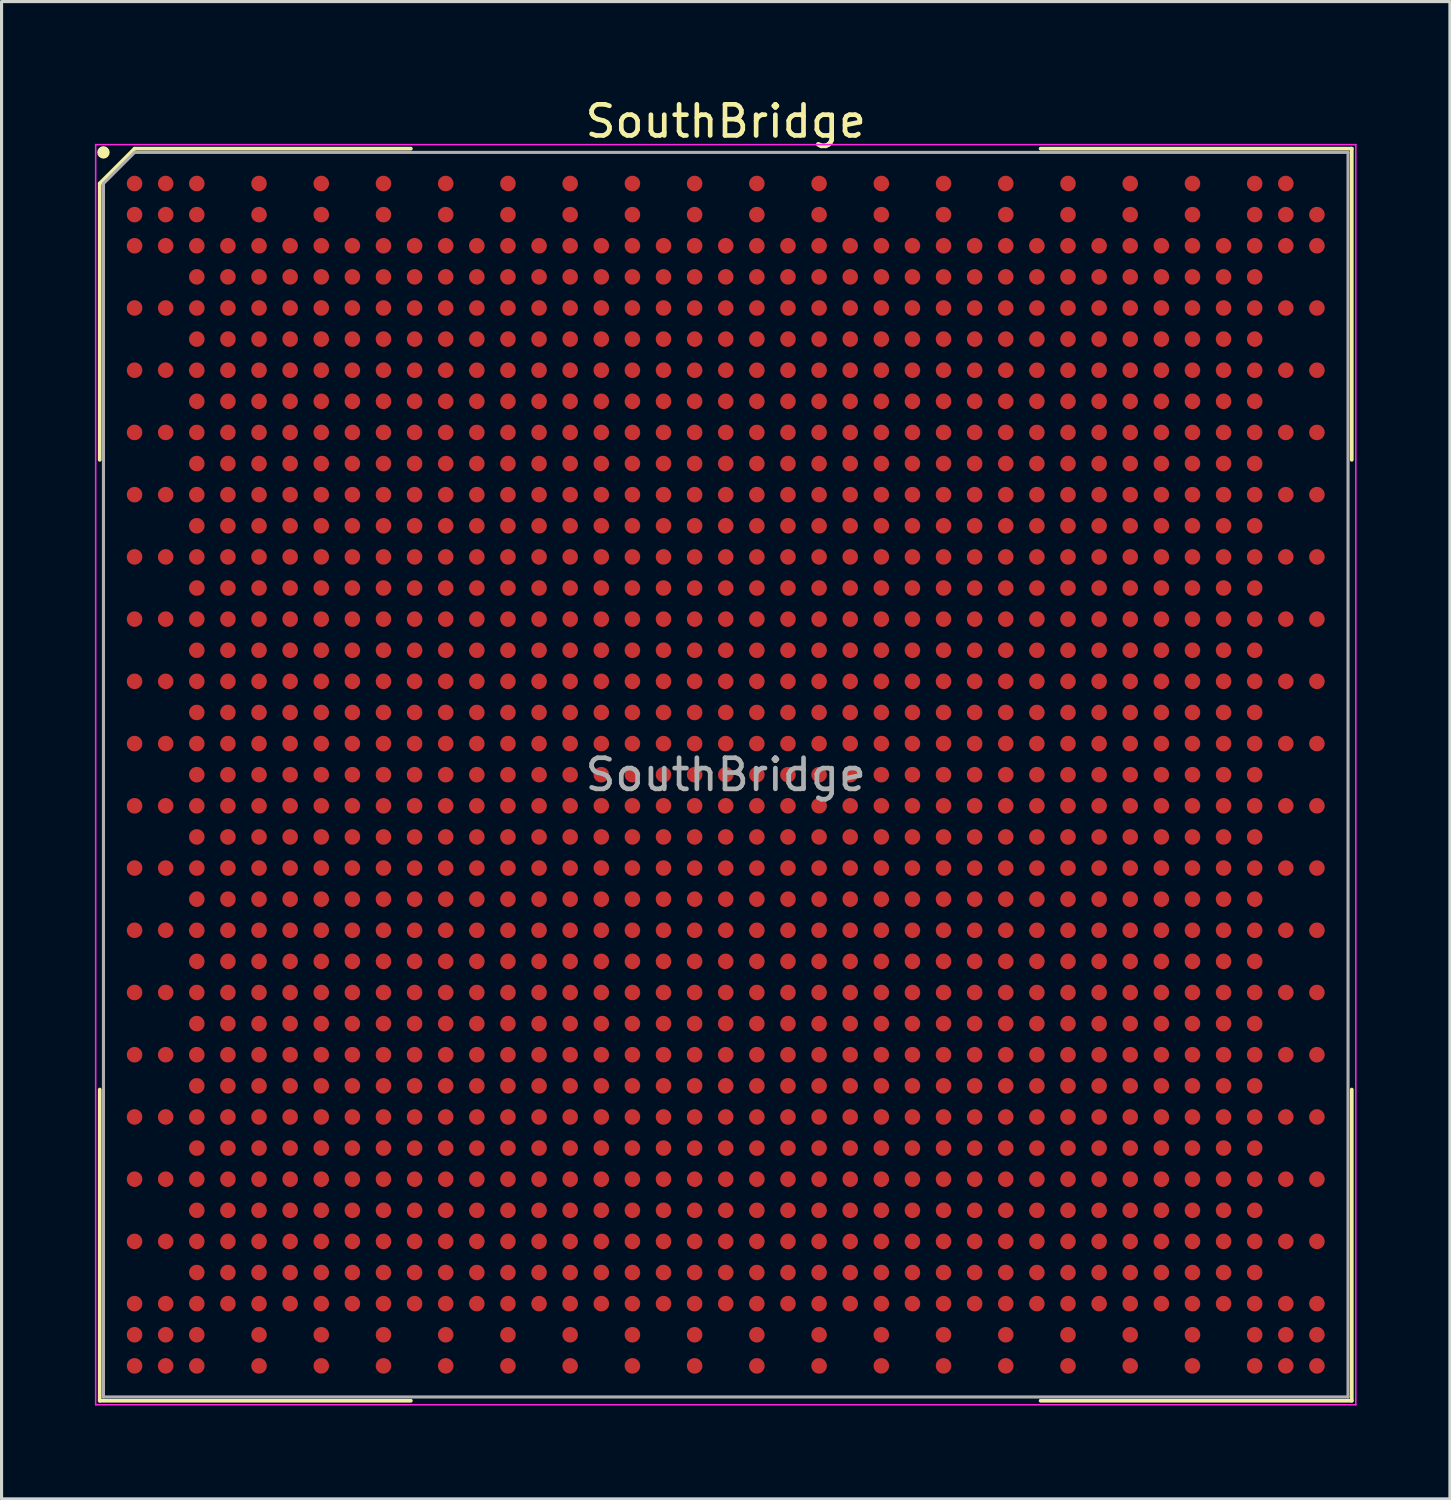
<source format=kicad_pcb>
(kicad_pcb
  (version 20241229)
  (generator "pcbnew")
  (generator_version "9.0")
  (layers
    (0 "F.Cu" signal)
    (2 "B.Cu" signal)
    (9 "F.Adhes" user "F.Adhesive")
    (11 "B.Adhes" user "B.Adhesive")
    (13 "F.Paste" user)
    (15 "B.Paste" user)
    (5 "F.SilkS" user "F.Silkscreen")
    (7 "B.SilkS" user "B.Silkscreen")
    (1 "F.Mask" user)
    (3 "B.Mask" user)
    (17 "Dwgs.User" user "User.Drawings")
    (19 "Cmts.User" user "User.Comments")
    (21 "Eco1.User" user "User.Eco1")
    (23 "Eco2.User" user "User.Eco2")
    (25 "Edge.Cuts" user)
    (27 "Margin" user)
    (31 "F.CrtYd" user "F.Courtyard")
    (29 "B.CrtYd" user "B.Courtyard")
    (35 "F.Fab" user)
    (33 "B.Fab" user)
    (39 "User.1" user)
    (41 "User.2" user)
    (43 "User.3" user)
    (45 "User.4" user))
  (footprint "SouthBridge"
    (layer "F.Cu")
    (at 20.275 21.848)
    (property "Reference" "SouthBridge" (at 0 -21 0) (layer "F.SilkS") (effects (font (size 1 1) (thickness 0.15))))
    (attr smd)
    (fp_line (start -20.12 -19) (end -20.12 -10.12) (stroke (width 0.12) (type default)) (layer "F.SilkS"))
    (fp_line (start -20.12 20.12) (end -20.12 10.12) (stroke (width 0.12) (type default)) (layer "F.SilkS"))
    (fp_line (start -19 -20.12) (end -20.12 -19) (stroke (width 0.12) (type default)) (layer "F.SilkS"))
    (fp_line (start -10.12 -20.12) (end -19 -20.12) (stroke (width 0.12) (type default)) (layer "F.SilkS"))
    (fp_line (start -10.12 20.12) (end -20.12 20.12) (stroke (width 0.12) (type default)) (layer "F.SilkS"))
    (fp_line (start 10.12 -20.12) (end 20.12 -20.12) (stroke (width 0.12) (type default)) (layer "F.SilkS"))
    (fp_line (start 10.12 20.12) (end 20.12 20.12) (stroke (width 0.12) (type default)) (layer "F.SilkS"))
    (fp_line (start 20.12 -20.12) (end 20.12 -10.12) (stroke (width 0.12) (type default)) (layer "F.SilkS"))
    (fp_line (start 20.12 20.12) (end 20.12 10.12) (stroke (width 0.12) (type default)) (layer "F.SilkS"))
    (fp_circle (center -20 -20) (end -20 -19.9) (stroke (width 0.2) (type default)) (fill no) (layer "F.SilkS"))
    (fp_line (start -20.25 -20.25) (end 20.25 -20.25) (stroke (width 0.05) (type default)) (layer "F.CrtYd"))
    (fp_line (start -20.25 20.25) (end -20.25 -20.25) (stroke (width 0.05) (type default)) (layer "F.CrtYd"))
    (fp_line (start 20.25 -20.25) (end 20.25 20.25) (stroke (width 0.05) (type default)) (layer "F.CrtYd"))
    (fp_line (start 20.25 20.25) (end -20.25 20.25) (stroke (width 0.05) (type default)) (layer "F.CrtYd"))
    (fp_line (start -20 -19) (end -20 20) (stroke (width 0.1) (type default)) (layer "F.Fab"))
    (fp_line (start -20 20) (end 20 20) (stroke (width 0.1) (type default)) (layer "F.Fab"))
    (fp_line (start -19 -20) (end -20 -19) (stroke (width 0.1) (type default)) (layer "F.Fab"))
    (fp_line (start 20 -20) (end -19 -20) (stroke (width 0.1) (type default)) (layer "F.Fab"))
    (fp_line (start 20 20) (end 20 -20) (stroke (width 0.1) (type default)) (layer "F.Fab"))
    (fp_text user "${REFERENCE}" (at 0 0 0) (layer "F.Fab") (effects (font (size 1 1) (thickness 0.15))))
    (pad "A1" smd circle (at -19 -19) (size 0.5 0.5) (layers "F.Cu" "F.Mask" "F.Paste"))
    (pad "A2" smd circle (at -18 -19) (size 0.5 0.5) (layers "F.Cu" "F.Mask" "F.Paste"))
    (pad "A3" smd circle (at -17 -19) (size 0.5 0.5) (layers "F.Cu" "F.Mask" "F.Paste"))
    (pad "A5" smd circle (at -15 -19) (size 0.5 0.5) (layers "F.Cu" "F.Mask" "F.Paste"))
    (pad "A7" smd circle (at -13 -19) (size 0.5 0.5) (layers "F.Cu" "F.Mask" "F.Paste"))
    (pad "A9" smd circle (at -11 -19) (size 0.5 0.5) (layers "F.Cu" "F.Mask" "F.Paste"))
    (pad "A11" smd circle (at -9 -19) (size 0.5 0.5) (layers "F.Cu" "F.Mask" "F.Paste"))
    (pad "A13" smd circle (at -7 -19) (size 0.5 0.5) (layers "F.Cu" "F.Mask" "F.Paste"))
    (pad "A15" smd circle (at -5 -19) (size 0.5 0.5) (layers "F.Cu" "F.Mask" "F.Paste"))
    (pad "A17" smd circle (at -3 -19) (size 0.5 0.5) (layers "F.Cu" "F.Mask" "F.Paste"))
    (pad "A19" smd circle (at -1 -19) (size 0.5 0.5) (layers "F.Cu" "F.Mask" "F.Paste"))
    (pad "A21" smd circle (at 1 -19) (size 0.5 0.5) (layers "F.Cu" "F.Mask" "F.Paste"))
    (pad "A23" smd circle (at 3 -19) (size 0.5 0.5) (layers "F.Cu" "F.Mask" "F.Paste"))
    (pad "A25" smd circle (at 5 -19) (size 0.5 0.5) (layers "F.Cu" "F.Mask" "F.Paste"))
    (pad "A27" smd circle (at 7 -19) (size 0.5 0.5) (layers "F.Cu" "F.Mask" "F.Paste"))
    (pad "A29" smd circle (at 9 -19) (size 0.5 0.5) (layers "F.Cu" "F.Mask" "F.Paste"))
    (pad "A31" smd circle (at 11 -19) (size 0.5 0.5) (layers "F.Cu" "F.Mask" "F.Paste"))
    (pad "A33" smd circle (at 13 -19) (size 0.5 0.5) (layers "F.Cu" "F.Mask" "F.Paste"))
    (pad "A35" smd circle (at 15 -19) (size 0.5 0.5) (layers "F.Cu" "F.Mask" "F.Paste"))
    (pad "A37" smd circle (at 17 -19) (size 0.5 0.5) (layers "F.Cu" "F.Mask" "F.Paste"))
    (pad "A38" smd circle (at 18 -19) (size 0.5 0.5) (layers "F.Cu" "F.Mask" "F.Paste"))
    (pad "AA1" smd circle (at -19 1) (size 0.5 0.5) (layers "F.Cu" "F.Mask" "F.Paste"))
    (pad "AA2" smd circle (at -18 1) (size 0.5 0.5) (layers "F.Cu" "F.Mask" "F.Paste"))
    (pad "AA3" smd circle (at -17 1) (size 0.5 0.5) (layers "F.Cu" "F.Mask" "F.Paste"))
    (pad "AA4" smd circle (at -16 1) (size 0.5 0.5) (layers "F.Cu" "F.Mask" "F.Paste"))
    (pad "AA5" smd circle (at -15 1) (size 0.5 0.5) (layers "F.Cu" "F.Mask" "F.Paste"))
    (pad "AA6" smd circle (at -14 1) (size 0.5 0.5) (layers "F.Cu" "F.Mask" "F.Paste"))
    (pad "AA7" smd circle (at -13 1) (size 0.5 0.5) (layers "F.Cu" "F.Mask" "F.Paste"))
    (pad "AA8" smd circle (at -12 1) (size 0.5 0.5) (layers "F.Cu" "F.Mask" "F.Paste"))
    (pad "AA9" smd circle (at -11 1) (size 0.5 0.5) (layers "F.Cu" "F.Mask" "F.Paste"))
    (pad "AA10" smd circle (at -10 1) (size 0.5 0.5) (layers "F.Cu" "F.Mask" "F.Paste"))
    (pad "AA11" smd circle (at -9 1) (size 0.5 0.5) (layers "F.Cu" "F.Mask" "F.Paste"))
    (pad "AA12" smd circle (at -8 1) (size 0.5 0.5) (layers "F.Cu" "F.Mask" "F.Paste"))
    (pad "AA13" smd circle (at -7 1) (size 0.5 0.5) (layers "F.Cu" "F.Mask" "F.Paste"))
    (pad "AA14" smd circle (at -6 1) (size 0.5 0.5) (layers "F.Cu" "F.Mask" "F.Paste"))
    (pad "AA15" smd circle (at -5 1) (size 0.5 0.5) (layers "F.Cu" "F.Mask" "F.Paste"))
    (pad "AA16" smd circle (at -4 1) (size 0.5 0.5) (layers "F.Cu" "F.Mask" "F.Paste"))
    (pad "AA17" smd circle (at -3 1) (size 0.5 0.5) (layers "F.Cu" "F.Mask" "F.Paste"))
    (pad "AA18" smd circle (at -2 1) (size 0.5 0.5) (layers "F.Cu" "F.Mask" "F.Paste"))
    (pad "AA19" smd circle (at -1 1) (size 0.5 0.5) (layers "F.Cu" "F.Mask" "F.Paste"))
    (pad "AA20" smd circle (at 0 1) (size 0.5 0.5) (layers "F.Cu" "F.Mask" "F.Paste"))
    (pad "AA21" smd circle (at 1 1) (size 0.5 0.5) (layers "F.Cu" "F.Mask" "F.Paste"))
    (pad "AA22" smd circle (at 2 1) (size 0.5 0.5) (layers "F.Cu" "F.Mask" "F.Paste"))
    (pad "AA23" smd circle (at 3 1) (size 0.5 0.5) (layers "F.Cu" "F.Mask" "F.Paste"))
    (pad "AA24" smd circle (at 4 1) (size 0.5 0.5) (layers "F.Cu" "F.Mask" "F.Paste"))
    (pad "AA25" smd circle (at 5 1) (size 0.5 0.5) (layers "F.Cu" "F.Mask" "F.Paste"))
    (pad "AA26" smd circle (at 6 1) (size 0.5 0.5) (layers "F.Cu" "F.Mask" "F.Paste"))
    (pad "AA27" smd circle (at 7 1) (size 0.5 0.5) (layers "F.Cu" "F.Mask" "F.Paste"))
    (pad "AA28" smd circle (at 8 1) (size 0.5 0.5) (layers "F.Cu" "F.Mask" "F.Paste"))
    (pad "AA29" smd circle (at 9 1) (size 0.5 0.5) (layers "F.Cu" "F.Mask" "F.Paste"))
    (pad "AA30" smd circle (at 10 1) (size 0.5 0.5) (layers "F.Cu" "F.Mask" "F.Paste"))
    (pad "AA31" smd circle (at 11 1) (size 0.5 0.5) (layers "F.Cu" "F.Mask" "F.Paste"))
    (pad "AA32" smd circle (at 12 1) (size 0.5 0.5) (layers "F.Cu" "F.Mask" "F.Paste"))
    (pad "AA33" smd circle (at 13 1) (size 0.5 0.5) (layers "F.Cu" "F.Mask" "F.Paste"))
    (pad "AA34" smd circle (at 14 1) (size 0.5 0.5) (layers "F.Cu" "F.Mask" "F.Paste"))
    (pad "AA35" smd circle (at 15 1) (size 0.5 0.5) (layers "F.Cu" "F.Mask" "F.Paste"))
    (pad "AA36" smd circle (at 16 1) (size 0.5 0.5) (layers "F.Cu" "F.Mask" "F.Paste"))
    (pad "AA37" smd circle (at 17 1) (size 0.5 0.5) (layers "F.Cu" "F.Mask" "F.Paste"))
    (pad "AA38" smd circle (at 18 1) (size 0.5 0.5) (layers "F.Cu" "F.Mask" "F.Paste"))
    (pad "AA39" smd circle (at 19 1) (size 0.5 0.5) (layers "F.Cu" "F.Mask" "F.Paste"))
    (pad "AB3" smd circle (at -17 2) (size 0.5 0.5) (layers "F.Cu" "F.Mask" "F.Paste"))
    (pad "AB4" smd circle (at -16 2) (size 0.5 0.5) (layers "F.Cu" "F.Mask" "F.Paste"))
    (pad "AB5" smd circle (at -15 2) (size 0.5 0.5) (layers "F.Cu" "F.Mask" "F.Paste"))
    (pad "AB6" smd circle (at -14 2) (size 0.5 0.5) (layers "F.Cu" "F.Mask" "F.Paste"))
    (pad "AB7" smd circle (at -13 2) (size 0.5 0.5) (layers "F.Cu" "F.Mask" "F.Paste"))
    (pad "AB8" smd circle (at -12 2) (size 0.5 0.5) (layers "F.Cu" "F.Mask" "F.Paste"))
    (pad "AB9" smd circle (at -11 2) (size 0.5 0.5) (layers "F.Cu" "F.Mask" "F.Paste"))
    (pad "AB10" smd circle (at -10 2) (size 0.5 0.5) (layers "F.Cu" "F.Mask" "F.Paste"))
    (pad "AB11" smd circle (at -9 2) (size 0.5 0.5) (layers "F.Cu" "F.Mask" "F.Paste"))
    (pad "AB12" smd circle (at -8 2) (size 0.5 0.5) (layers "F.Cu" "F.Mask" "F.Paste"))
    (pad "AB13" smd circle (at -7 2) (size 0.5 0.5) (layers "F.Cu" "F.Mask" "F.Paste"))
    (pad "AB14" smd circle (at -6 2) (size 0.5 0.5) (layers "F.Cu" "F.Mask" "F.Paste"))
    (pad "AB15" smd circle (at -5 2) (size 0.5 0.5) (layers "F.Cu" "F.Mask" "F.Paste"))
    (pad "AB16" smd circle (at -4 2) (size 0.5 0.5) (layers "F.Cu" "F.Mask" "F.Paste"))
    (pad "AB17" smd circle (at -3 2) (size 0.5 0.5) (layers "F.Cu" "F.Mask" "F.Paste"))
    (pad "AB18" smd circle (at -2 2) (size 0.5 0.5) (layers "F.Cu" "F.Mask" "F.Paste"))
    (pad "AB19" smd circle (at -1 2) (size 0.5 0.5) (layers "F.Cu" "F.Mask" "F.Paste"))
    (pad "AB20" smd circle (at 0 2) (size 0.5 0.5) (layers "F.Cu" "F.Mask" "F.Paste"))
    (pad "AB21" smd circle (at 1 2) (size 0.5 0.5) (layers "F.Cu" "F.Mask" "F.Paste"))
    (pad "AB22" smd circle (at 2 2) (size 0.5 0.5) (layers "F.Cu" "F.Mask" "F.Paste"))
    (pad "AB23" smd circle (at 3 2) (size 0.5 0.5) (layers "F.Cu" "F.Mask" "F.Paste"))
    (pad "AB24" smd circle (at 4 2) (size 0.5 0.5) (layers "F.Cu" "F.Mask" "F.Paste"))
    (pad "AB25" smd circle (at 5 2) (size 0.5 0.5) (layers "F.Cu" "F.Mask" "F.Paste"))
    (pad "AB26" smd circle (at 6 2) (size 0.5 0.5) (layers "F.Cu" "F.Mask" "F.Paste"))
    (pad "AB27" smd circle (at 7 2) (size 0.5 0.5) (layers "F.Cu" "F.Mask" "F.Paste"))
    (pad "AB28" smd circle (at 8 2) (size 0.5 0.5) (layers "F.Cu" "F.Mask" "F.Paste"))
    (pad "AB29" smd circle (at 9 2) (size 0.5 0.5) (layers "F.Cu" "F.Mask" "F.Paste"))
    (pad "AB30" smd circle (at 10 2) (size 0.5 0.5) (layers "F.Cu" "F.Mask" "F.Paste"))
    (pad "AB31" smd circle (at 11 2) (size 0.5 0.5) (layers "F.Cu" "F.Mask" "F.Paste"))
    (pad "AB32" smd circle (at 12 2) (size 0.5 0.5) (layers "F.Cu" "F.Mask" "F.Paste"))
    (pad "AB33" smd circle (at 13 2) (size 0.5 0.5) (layers "F.Cu" "F.Mask" "F.Paste"))
    (pad "AB34" smd circle (at 14 2) (size 0.5 0.5) (layers "F.Cu" "F.Mask" "F.Paste"))
    (pad "AB35" smd circle (at 15 2) (size 0.5 0.5) (layers "F.Cu" "F.Mask" "F.Paste"))
    (pad "AB36" smd circle (at 16 2) (size 0.5 0.5) (layers "F.Cu" "F.Mask" "F.Paste"))
    (pad "AB37" smd circle (at 17 2) (size 0.5 0.5) (layers "F.Cu" "F.Mask" "F.Paste"))
    (pad "AC1" smd circle (at -19 3) (size 0.5 0.5) (layers "F.Cu" "F.Mask" "F.Paste"))
    (pad "AC2" smd circle (at -18 3) (size 0.5 0.5) (layers "F.Cu" "F.Mask" "F.Paste"))
    (pad "AC3" smd circle (at -17 3) (size 0.5 0.5) (layers "F.Cu" "F.Mask" "F.Paste"))
    (pad "AC4" smd circle (at -16 3) (size 0.5 0.5) (layers "F.Cu" "F.Mask" "F.Paste"))
    (pad "AC5" smd circle (at -15 3) (size 0.5 0.5) (layers "F.Cu" "F.Mask" "F.Paste"))
    (pad "AC6" smd circle (at -14 3) (size 0.5 0.5) (layers "F.Cu" "F.Mask" "F.Paste"))
    (pad "AC7" smd circle (at -13 3) (size 0.5 0.5) (layers "F.Cu" "F.Mask" "F.Paste"))
    (pad "AC8" smd circle (at -12 3) (size 0.5 0.5) (layers "F.Cu" "F.Mask" "F.Paste"))
    (pad "AC9" smd circle (at -11 3) (size 0.5 0.5) (layers "F.Cu" "F.Mask" "F.Paste"))
    (pad "AC10" smd circle (at -10 3) (size 0.5 0.5) (layers "F.Cu" "F.Mask" "F.Paste"))
    (pad "AC11" smd circle (at -9 3) (size 0.5 0.5) (layers "F.Cu" "F.Mask" "F.Paste"))
    (pad "AC12" smd circle (at -8 3) (size 0.5 0.5) (layers "F.Cu" "F.Mask" "F.Paste"))
    (pad "AC13" smd circle (at -7 3) (size 0.5 0.5) (layers "F.Cu" "F.Mask" "F.Paste"))
    (pad "AC14" smd circle (at -6 3) (size 0.5 0.5) (layers "F.Cu" "F.Mask" "F.Paste"))
    (pad "AC15" smd circle (at -5 3) (size 0.5 0.5) (layers "F.Cu" "F.Mask" "F.Paste"))
    (pad "AC16" smd circle (at -4 3) (size 0.5 0.5) (layers "F.Cu" "F.Mask" "F.Paste"))
    (pad "AC17" smd circle (at -3 3) (size 0.5 0.5) (layers "F.Cu" "F.Mask" "F.Paste"))
    (pad "AC18" smd circle (at -2 3) (size 0.5 0.5) (layers "F.Cu" "F.Mask" "F.Paste"))
    (pad "AC19" smd circle (at -1 3) (size 0.5 0.5) (layers "F.Cu" "F.Mask" "F.Paste"))
    (pad "AC20" smd circle (at 0 3) (size 0.5 0.5) (layers "F.Cu" "F.Mask" "F.Paste"))
    (pad "AC21" smd circle (at 1 3) (size 0.5 0.5) (layers "F.Cu" "F.Mask" "F.Paste"))
    (pad "AC22" smd circle (at 2 3) (size 0.5 0.5) (layers "F.Cu" "F.Mask" "F.Paste"))
    (pad "AC23" smd circle (at 3 3) (size 0.5 0.5) (layers "F.Cu" "F.Mask" "F.Paste"))
    (pad "AC24" smd circle (at 4 3) (size 0.5 0.5) (layers "F.Cu" "F.Mask" "F.Paste"))
    (pad "AC25" smd circle (at 5 3) (size 0.5 0.5) (layers "F.Cu" "F.Mask" "F.Paste"))
    (pad "AC26" smd circle (at 6 3) (size 0.5 0.5) (layers "F.Cu" "F.Mask" "F.Paste"))
    (pad "AC27" smd circle (at 7 3) (size 0.5 0.5) (layers "F.Cu" "F.Mask" "F.Paste"))
    (pad "AC28" smd circle (at 8 3) (size 0.5 0.5) (layers "F.Cu" "F.Mask" "F.Paste"))
    (pad "AC29" smd circle (at 9 3) (size 0.5 0.5) (layers "F.Cu" "F.Mask" "F.Paste"))
    (pad "AC30" smd circle (at 10 3) (size 0.5 0.5) (layers "F.Cu" "F.Mask" "F.Paste"))
    (pad "AC31" smd circle (at 11 3) (size 0.5 0.5) (layers "F.Cu" "F.Mask" "F.Paste"))
    (pad "AC32" smd circle (at 12 3) (size 0.5 0.5) (layers "F.Cu" "F.Mask" "F.Paste"))
    (pad "AC33" smd circle (at 13 3) (size 0.5 0.5) (layers "F.Cu" "F.Mask" "F.Paste"))
    (pad "AC34" smd circle (at 14 3) (size 0.5 0.5) (layers "F.Cu" "F.Mask" "F.Paste"))
    (pad "AC35" smd circle (at 15 3) (size 0.5 0.5) (layers "F.Cu" "F.Mask" "F.Paste"))
    (pad "AC36" smd circle (at 16 3) (size 0.5 0.5) (layers "F.Cu" "F.Mask" "F.Paste"))
    (pad "AC37" smd circle (at 17 3) (size 0.5 0.5) (layers "F.Cu" "F.Mask" "F.Paste"))
    (pad "AC38" smd circle (at 18 3) (size 0.5 0.5) (layers "F.Cu" "F.Mask" "F.Paste"))
    (pad "AC39" smd circle (at 19 3) (size 0.5 0.5) (layers "F.Cu" "F.Mask" "F.Paste"))
    (pad "AD3" smd circle (at -17 4) (size 0.5 0.5) (layers "F.Cu" "F.Mask" "F.Paste"))
    (pad "AD4" smd circle (at -16 4) (size 0.5 0.5) (layers "F.Cu" "F.Mask" "F.Paste"))
    (pad "AD5" smd circle (at -15 4) (size 0.5 0.5) (layers "F.Cu" "F.Mask" "F.Paste"))
    (pad "AD6" smd circle (at -14 4) (size 0.5 0.5) (layers "F.Cu" "F.Mask" "F.Paste"))
    (pad "AD7" smd circle (at -13 4) (size 0.5 0.5) (layers "F.Cu" "F.Mask" "F.Paste"))
    (pad "AD8" smd circle (at -12 4) (size 0.5 0.5) (layers "F.Cu" "F.Mask" "F.Paste"))
    (pad "AD9" smd circle (at -11 4) (size 0.5 0.5) (layers "F.Cu" "F.Mask" "F.Paste"))
    (pad "AD10" smd circle (at -10 4) (size 0.5 0.5) (layers "F.Cu" "F.Mask" "F.Paste"))
    (pad "AD11" smd circle (at -9 4) (size 0.5 0.5) (layers "F.Cu" "F.Mask" "F.Paste"))
    (pad "AD12" smd circle (at -8 4) (size 0.5 0.5) (layers "F.Cu" "F.Mask" "F.Paste"))
    (pad "AD13" smd circle (at -7 4) (size 0.5 0.5) (layers "F.Cu" "F.Mask" "F.Paste"))
    (pad "AD14" smd circle (at -6 4) (size 0.5 0.5) (layers "F.Cu" "F.Mask" "F.Paste"))
    (pad "AD15" smd circle (at -5 4) (size 0.5 0.5) (layers "F.Cu" "F.Mask" "F.Paste"))
    (pad "AD16" smd circle (at -4 4) (size 0.5 0.5) (layers "F.Cu" "F.Mask" "F.Paste"))
    (pad "AD17" smd circle (at -3 4) (size 0.5 0.5) (layers "F.Cu" "F.Mask" "F.Paste"))
    (pad "AD18" smd circle (at -2 4) (size 0.5 0.5) (layers "F.Cu" "F.Mask" "F.Paste"))
    (pad "AD19" smd circle (at -1 4) (size 0.5 0.5) (layers "F.Cu" "F.Mask" "F.Paste"))
    (pad "AD20" smd circle (at 0 4) (size 0.5 0.5) (layers "F.Cu" "F.Mask" "F.Paste"))
    (pad "AD21" smd circle (at 1 4) (size 0.5 0.5) (layers "F.Cu" "F.Mask" "F.Paste"))
    (pad "AD22" smd circle (at 2 4) (size 0.5 0.5) (layers "F.Cu" "F.Mask" "F.Paste"))
    (pad "AD23" smd circle (at 3 4) (size 0.5 0.5) (layers "F.Cu" "F.Mask" "F.Paste"))
    (pad "AD24" smd circle (at 4 4) (size 0.5 0.5) (layers "F.Cu" "F.Mask" "F.Paste"))
    (pad "AD25" smd circle (at 5 4) (size 0.5 0.5) (layers "F.Cu" "F.Mask" "F.Paste"))
    (pad "AD26" smd circle (at 6 4) (size 0.5 0.5) (layers "F.Cu" "F.Mask" "F.Paste"))
    (pad "AD27" smd circle (at 7 4) (size 0.5 0.5) (layers "F.Cu" "F.Mask" "F.Paste"))
    (pad "AD28" smd circle (at 8 4) (size 0.5 0.5) (layers "F.Cu" "F.Mask" "F.Paste"))
    (pad "AD29" smd circle (at 9 4) (size 0.5 0.5) (layers "F.Cu" "F.Mask" "F.Paste"))
    (pad "AD30" smd circle (at 10 4) (size 0.5 0.5) (layers "F.Cu" "F.Mask" "F.Paste"))
    (pad "AD31" smd circle (at 11 4) (size 0.5 0.5) (layers "F.Cu" "F.Mask" "F.Paste"))
    (pad "AD32" smd circle (at 12 4) (size 0.5 0.5) (layers "F.Cu" "F.Mask" "F.Paste"))
    (pad "AD33" smd circle (at 13 4) (size 0.5 0.5) (layers "F.Cu" "F.Mask" "F.Paste"))
    (pad "AD34" smd circle (at 14 4) (size 0.5 0.5) (layers "F.Cu" "F.Mask" "F.Paste"))
    (pad "AD35" smd circle (at 15 4) (size 0.5 0.5) (layers "F.Cu" "F.Mask" "F.Paste"))
    (pad "AD36" smd circle (at 16 4) (size 0.5 0.5) (layers "F.Cu" "F.Mask" "F.Paste"))
    (pad "AD37" smd circle (at 17 4) (size 0.5 0.5) (layers "F.Cu" "F.Mask" "F.Paste"))
    (pad "AE1" smd circle (at -19 5) (size 0.5 0.5) (layers "F.Cu" "F.Mask" "F.Paste"))
    (pad "AE2" smd circle (at -18 5) (size 0.5 0.5) (layers "F.Cu" "F.Mask" "F.Paste"))
    (pad "AE3" smd circle (at -17 5) (size 0.5 0.5) (layers "F.Cu" "F.Mask" "F.Paste"))
    (pad "AE4" smd circle (at -16 5) (size 0.5 0.5) (layers "F.Cu" "F.Mask" "F.Paste"))
    (pad "AE5" smd circle (at -15 5) (size 0.5 0.5) (layers "F.Cu" "F.Mask" "F.Paste"))
    (pad "AE6" smd circle (at -14 5) (size 0.5 0.5) (layers "F.Cu" "F.Mask" "F.Paste"))
    (pad "AE7" smd circle (at -13 5) (size 0.5 0.5) (layers "F.Cu" "F.Mask" "F.Paste"))
    (pad "AE8" smd circle (at -12 5) (size 0.5 0.5) (layers "F.Cu" "F.Mask" "F.Paste"))
    (pad "AE9" smd circle (at -11 5) (size 0.5 0.5) (layers "F.Cu" "F.Mask" "F.Paste"))
    (pad "AE10" smd circle (at -10 5) (size 0.5 0.5) (layers "F.Cu" "F.Mask" "F.Paste"))
    (pad "AE11" smd circle (at -9 5) (size 0.5 0.5) (layers "F.Cu" "F.Mask" "F.Paste"))
    (pad "AE12" smd circle (at -8 5) (size 0.5 0.5) (layers "F.Cu" "F.Mask" "F.Paste"))
    (pad "AE13" smd circle (at -7 5) (size 0.5 0.5) (layers "F.Cu" "F.Mask" "F.Paste"))
    (pad "AE14" smd circle (at -6 5) (size 0.5 0.5) (layers "F.Cu" "F.Mask" "F.Paste"))
    (pad "AE15" smd circle (at -5 5) (size 0.5 0.5) (layers "F.Cu" "F.Mask" "F.Paste"))
    (pad "AE16" smd circle (at -4 5) (size 0.5 0.5) (layers "F.Cu" "F.Mask" "F.Paste"))
    (pad "AE17" smd circle (at -3 5) (size 0.5 0.5) (layers "F.Cu" "F.Mask" "F.Paste"))
    (pad "AE18" smd circle (at -2 5) (size 0.5 0.5) (layers "F.Cu" "F.Mask" "F.Paste"))
    (pad "AE19" smd circle (at -1 5) (size 0.5 0.5) (layers "F.Cu" "F.Mask" "F.Paste"))
    (pad "AE20" smd circle (at 0 5) (size 0.5 0.5) (layers "F.Cu" "F.Mask" "F.Paste"))
    (pad "AE21" smd circle (at 1 5) (size 0.5 0.5) (layers "F.Cu" "F.Mask" "F.Paste"))
    (pad "AE22" smd circle (at 2 5) (size 0.5 0.5) (layers "F.Cu" "F.Mask" "F.Paste"))
    (pad "AE23" smd circle (at 3 5) (size 0.5 0.5) (layers "F.Cu" "F.Mask" "F.Paste"))
    (pad "AE24" smd circle (at 4 5) (size 0.5 0.5) (layers "F.Cu" "F.Mask" "F.Paste"))
    (pad "AE25" smd circle (at 5 5) (size 0.5 0.5) (layers "F.Cu" "F.Mask" "F.Paste"))
    (pad "AE26" smd circle (at 6 5) (size 0.5 0.5) (layers "F.Cu" "F.Mask" "F.Paste"))
    (pad "AE27" smd circle (at 7 5) (size 0.5 0.5) (layers "F.Cu" "F.Mask" "F.Paste"))
    (pad "AE28" smd circle (at 8 5) (size 0.5 0.5) (layers "F.Cu" "F.Mask" "F.Paste"))
    (pad "AE29" smd circle (at 9 5) (size 0.5 0.5) (layers "F.Cu" "F.Mask" "F.Paste"))
    (pad "AE30" smd circle (at 10 5) (size 0.5 0.5) (layers "F.Cu" "F.Mask" "F.Paste"))
    (pad "AE31" smd circle (at 11 5) (size 0.5 0.5) (layers "F.Cu" "F.Mask" "F.Paste"))
    (pad "AE32" smd circle (at 12 5) (size 0.5 0.5) (layers "F.Cu" "F.Mask" "F.Paste"))
    (pad "AE33" smd circle (at 13 5) (size 0.5 0.5) (layers "F.Cu" "F.Mask" "F.Paste"))
    (pad "AE34" smd circle (at 14 5) (size 0.5 0.5) (layers "F.Cu" "F.Mask" "F.Paste"))
    (pad "AE35" smd circle (at 15 5) (size 0.5 0.5) (layers "F.Cu" "F.Mask" "F.Paste"))
    (pad "AE36" smd circle (at 16 5) (size 0.5 0.5) (layers "F.Cu" "F.Mask" "F.Paste"))
    (pad "AE37" smd circle (at 17 5) (size 0.5 0.5) (layers "F.Cu" "F.Mask" "F.Paste"))
    (pad "AE38" smd circle (at 18 5) (size 0.5 0.5) (layers "F.Cu" "F.Mask" "F.Paste"))
    (pad "AE39" smd circle (at 19 5) (size 0.5 0.5) (layers "F.Cu" "F.Mask" "F.Paste"))
    (pad "AF3" smd circle (at -17 6) (size 0.5 0.5) (layers "F.Cu" "F.Mask" "F.Paste"))
    (pad "AF4" smd circle (at -16 6) (size 0.5 0.5) (layers "F.Cu" "F.Mask" "F.Paste"))
    (pad "AF5" smd circle (at -15 6) (size 0.5 0.5) (layers "F.Cu" "F.Mask" "F.Paste"))
    (pad "AF6" smd circle (at -14 6) (size 0.5 0.5) (layers "F.Cu" "F.Mask" "F.Paste"))
    (pad "AF7" smd circle (at -13 6) (size 0.5 0.5) (layers "F.Cu" "F.Mask" "F.Paste"))
    (pad "AF8" smd circle (at -12 6) (size 0.5 0.5) (layers "F.Cu" "F.Mask" "F.Paste"))
    (pad "AF9" smd circle (at -11 6) (size 0.5 0.5) (layers "F.Cu" "F.Mask" "F.Paste"))
    (pad "AF10" smd circle (at -10 6) (size 0.5 0.5) (layers "F.Cu" "F.Mask" "F.Paste"))
    (pad "AF11" smd circle (at -9 6) (size 0.5 0.5) (layers "F.Cu" "F.Mask" "F.Paste"))
    (pad "AF12" smd circle (at -8 6) (size 0.5 0.5) (layers "F.Cu" "F.Mask" "F.Paste"))
    (pad "AF13" smd circle (at -7 6) (size 0.5 0.5) (layers "F.Cu" "F.Mask" "F.Paste"))
    (pad "AF14" smd circle (at -6 6) (size 0.5 0.5) (layers "F.Cu" "F.Mask" "F.Paste"))
    (pad "AF15" smd circle (at -5 6) (size 0.5 0.5) (layers "F.Cu" "F.Mask" "F.Paste"))
    (pad "AF16" smd circle (at -4 6) (size 0.5 0.5) (layers "F.Cu" "F.Mask" "F.Paste"))
    (pad "AF17" smd circle (at -3 6) (size 0.5 0.5) (layers "F.Cu" "F.Mask" "F.Paste"))
    (pad "AF18" smd circle (at -2 6) (size 0.5 0.5) (layers "F.Cu" "F.Mask" "F.Paste"))
    (pad "AF19" smd circle (at -1 6) (size 0.5 0.5) (layers "F.Cu" "F.Mask" "F.Paste"))
    (pad "AF20" smd circle (at 0 6) (size 0.5 0.5) (layers "F.Cu" "F.Mask" "F.Paste"))
    (pad "AF21" smd circle (at 1 6) (size 0.5 0.5) (layers "F.Cu" "F.Mask" "F.Paste"))
    (pad "AF22" smd circle (at 2 6) (size 0.5 0.5) (layers "F.Cu" "F.Mask" "F.Paste"))
    (pad "AF23" smd circle (at 3 6) (size 0.5 0.5) (layers "F.Cu" "F.Mask" "F.Paste"))
    (pad "AF24" smd circle (at 4 6) (size 0.5 0.5) (layers "F.Cu" "F.Mask" "F.Paste"))
    (pad "AF25" smd circle (at 5 6) (size 0.5 0.5) (layers "F.Cu" "F.Mask" "F.Paste"))
    (pad "AF26" smd circle (at 6 6) (size 0.5 0.5) (layers "F.Cu" "F.Mask" "F.Paste"))
    (pad "AF27" smd circle (at 7 6) (size 0.5 0.5) (layers "F.Cu" "F.Mask" "F.Paste"))
    (pad "AF28" smd circle (at 8 6) (size 0.5 0.5) (layers "F.Cu" "F.Mask" "F.Paste"))
    (pad "AF29" smd circle (at 9 6) (size 0.5 0.5) (layers "F.Cu" "F.Mask" "F.Paste"))
    (pad "AF30" smd circle (at 10 6) (size 0.5 0.5) (layers "F.Cu" "F.Mask" "F.Paste"))
    (pad "AF31" smd circle (at 11 6) (size 0.5 0.5) (layers "F.Cu" "F.Mask" "F.Paste"))
    (pad "AF32" smd circle (at 12 6) (size 0.5 0.5) (layers "F.Cu" "F.Mask" "F.Paste"))
    (pad "AF33" smd circle (at 13 6) (size 0.5 0.5) (layers "F.Cu" "F.Mask" "F.Paste"))
    (pad "AF34" smd circle (at 14 6) (size 0.5 0.5) (layers "F.Cu" "F.Mask" "F.Paste"))
    (pad "AF35" smd circle (at 15 6) (size 0.5 0.5) (layers "F.Cu" "F.Mask" "F.Paste"))
    (pad "AF36" smd circle (at 16 6) (size 0.5 0.5) (layers "F.Cu" "F.Mask" "F.Paste"))
    (pad "AF37" smd circle (at 17 6) (size 0.5 0.5) (layers "F.Cu" "F.Mask" "F.Paste"))
    (pad "AG1" smd circle (at -19 7) (size 0.5 0.5) (layers "F.Cu" "F.Mask" "F.Paste"))
    (pad "AG2" smd circle (at -18 7) (size 0.5 0.5) (layers "F.Cu" "F.Mask" "F.Paste"))
    (pad "AG3" smd circle (at -17 7) (size 0.5 0.5) (layers "F.Cu" "F.Mask" "F.Paste"))
    (pad "AG4" smd circle (at -16 7) (size 0.5 0.5) (layers "F.Cu" "F.Mask" "F.Paste"))
    (pad "AG5" smd circle (at -15 7) (size 0.5 0.5) (layers "F.Cu" "F.Mask" "F.Paste"))
    (pad "AG6" smd circle (at -14 7) (size 0.5 0.5) (layers "F.Cu" "F.Mask" "F.Paste"))
    (pad "AG7" smd circle (at -13 7) (size 0.5 0.5) (layers "F.Cu" "F.Mask" "F.Paste"))
    (pad "AG8" smd circle (at -12 7) (size 0.5 0.5) (layers "F.Cu" "F.Mask" "F.Paste"))
    (pad "AG9" smd circle (at -11 7) (size 0.5 0.5) (layers "F.Cu" "F.Mask" "F.Paste"))
    (pad "AG10" smd circle (at -10 7) (size 0.5 0.5) (layers "F.Cu" "F.Mask" "F.Paste"))
    (pad "AG11" smd circle (at -9 7) (size 0.5 0.5) (layers "F.Cu" "F.Mask" "F.Paste"))
    (pad "AG12" smd circle (at -8 7) (size 0.5 0.5) (layers "F.Cu" "F.Mask" "F.Paste"))
    (pad "AG13" smd circle (at -7 7) (size 0.5 0.5) (layers "F.Cu" "F.Mask" "F.Paste"))
    (pad "AG14" smd circle (at -6 7) (size 0.5 0.5) (layers "F.Cu" "F.Mask" "F.Paste"))
    (pad "AG15" smd circle (at -5 7) (size 0.5 0.5) (layers "F.Cu" "F.Mask" "F.Paste"))
    (pad "AG16" smd circle (at -4 7) (size 0.5 0.5) (layers "F.Cu" "F.Mask" "F.Paste"))
    (pad "AG17" smd circle (at -3 7) (size 0.5 0.5) (layers "F.Cu" "F.Mask" "F.Paste"))
    (pad "AG18" smd circle (at -2 7) (size 0.5 0.5) (layers "F.Cu" "F.Mask" "F.Paste"))
    (pad "AG19" smd circle (at -1 7) (size 0.5 0.5) (layers "F.Cu" "F.Mask" "F.Paste"))
    (pad "AG20" smd circle (at 0 7) (size 0.5 0.5) (layers "F.Cu" "F.Mask" "F.Paste"))
    (pad "AG21" smd circle (at 1 7) (size 0.5 0.5) (layers "F.Cu" "F.Mask" "F.Paste"))
    (pad "AG22" smd circle (at 2 7) (size 0.5 0.5) (layers "F.Cu" "F.Mask" "F.Paste"))
    (pad "AG23" smd circle (at 3 7) (size 0.5 0.5) (layers "F.Cu" "F.Mask" "F.Paste"))
    (pad "AG24" smd circle (at 4 7) (size 0.5 0.5) (layers "F.Cu" "F.Mask" "F.Paste"))
    (pad "AG25" smd circle (at 5 7) (size 0.5 0.5) (layers "F.Cu" "F.Mask" "F.Paste"))
    (pad "AG26" smd circle (at 6 7) (size 0.5 0.5) (layers "F.Cu" "F.Mask" "F.Paste"))
    (pad "AG27" smd circle (at 7 7) (size 0.5 0.5) (layers "F.Cu" "F.Mask" "F.Paste"))
    (pad "AG28" smd circle (at 8 7) (size 0.5 0.5) (layers "F.Cu" "F.Mask" "F.Paste"))
    (pad "AG29" smd circle (at 9 7) (size 0.5 0.5) (layers "F.Cu" "F.Mask" "F.Paste"))
    (pad "AG30" smd circle (at 10 7) (size 0.5 0.5) (layers "F.Cu" "F.Mask" "F.Paste"))
    (pad "AG31" smd circle (at 11 7) (size 0.5 0.5) (layers "F.Cu" "F.Mask" "F.Paste"))
    (pad "AG32" smd circle (at 12 7) (size 0.5 0.5) (layers "F.Cu" "F.Mask" "F.Paste"))
    (pad "AG33" smd circle (at 13 7) (size 0.5 0.5) (layers "F.Cu" "F.Mask" "F.Paste"))
    (pad "AG34" smd circle (at 14 7) (size 0.5 0.5) (layers "F.Cu" "F.Mask" "F.Paste"))
    (pad "AG35" smd circle (at 15 7) (size 0.5 0.5) (layers "F.Cu" "F.Mask" "F.Paste"))
    (pad "AG36" smd circle (at 16 7) (size 0.5 0.5) (layers "F.Cu" "F.Mask" "F.Paste"))
    (pad "AG37" smd circle (at 17 7) (size 0.5 0.5) (layers "F.Cu" "F.Mask" "F.Paste"))
    (pad "AG38" smd circle (at 18 7) (size 0.5 0.5) (layers "F.Cu" "F.Mask" "F.Paste"))
    (pad "AG39" smd circle (at 19 7) (size 0.5 0.5) (layers "F.Cu" "F.Mask" "F.Paste"))
    (pad "AH3" smd circle (at -17 8) (size 0.5 0.5) (layers "F.Cu" "F.Mask" "F.Paste"))
    (pad "AH4" smd circle (at -16 8) (size 0.5 0.5) (layers "F.Cu" "F.Mask" "F.Paste"))
    (pad "AH5" smd circle (at -15 8) (size 0.5 0.5) (layers "F.Cu" "F.Mask" "F.Paste"))
    (pad "AH6" smd circle (at -14 8) (size 0.5 0.5) (layers "F.Cu" "F.Mask" "F.Paste"))
    (pad "AH7" smd circle (at -13 8) (size 0.5 0.5) (layers "F.Cu" "F.Mask" "F.Paste"))
    (pad "AH8" smd circle (at -12 8) (size 0.5 0.5) (layers "F.Cu" "F.Mask" "F.Paste"))
    (pad "AH9" smd circle (at -11 8) (size 0.5 0.5) (layers "F.Cu" "F.Mask" "F.Paste"))
    (pad "AH10" smd circle (at -10 8) (size 0.5 0.5) (layers "F.Cu" "F.Mask" "F.Paste"))
    (pad "AH11" smd circle (at -9 8) (size 0.5 0.5) (layers "F.Cu" "F.Mask" "F.Paste"))
    (pad "AH12" smd circle (at -8 8) (size 0.5 0.5) (layers "F.Cu" "F.Mask" "F.Paste"))
    (pad "AH13" smd circle (at -7 8) (size 0.5 0.5) (layers "F.Cu" "F.Mask" "F.Paste"))
    (pad "AH14" smd circle (at -6 8) (size 0.5 0.5) (layers "F.Cu" "F.Mask" "F.Paste"))
    (pad "AH15" smd circle (at -5 8) (size 0.5 0.5) (layers "F.Cu" "F.Mask" "F.Paste"))
    (pad "AH16" smd circle (at -4 8) (size 0.5 0.5) (layers "F.Cu" "F.Mask" "F.Paste"))
    (pad "AH17" smd circle (at -3 8) (size 0.5 0.5) (layers "F.Cu" "F.Mask" "F.Paste"))
    (pad "AH18" smd circle (at -2 8) (size 0.5 0.5) (layers "F.Cu" "F.Mask" "F.Paste"))
    (pad "AH19" smd circle (at -1 8) (size 0.5 0.5) (layers "F.Cu" "F.Mask" "F.Paste"))
    (pad "AH20" smd circle (at 0 8) (size 0.5 0.5) (layers "F.Cu" "F.Mask" "F.Paste"))
    (pad "AH21" smd circle (at 1 8) (size 0.5 0.5) (layers "F.Cu" "F.Mask" "F.Paste"))
    (pad "AH22" smd circle (at 2 8) (size 0.5 0.5) (layers "F.Cu" "F.Mask" "F.Paste"))
    (pad "AH23" smd circle (at 3 8) (size 0.5 0.5) (layers "F.Cu" "F.Mask" "F.Paste"))
    (pad "AH24" smd circle (at 4 8) (size 0.5 0.5) (layers "F.Cu" "F.Mask" "F.Paste"))
    (pad "AH25" smd circle (at 5 8) (size 0.5 0.5) (layers "F.Cu" "F.Mask" "F.Paste"))
    (pad "AH26" smd circle (at 6 8) (size 0.5 0.5) (layers "F.Cu" "F.Mask" "F.Paste"))
    (pad "AH27" smd circle (at 7 8) (size 0.5 0.5) (layers "F.Cu" "F.Mask" "F.Paste"))
    (pad "AH28" smd circle (at 8 8) (size 0.5 0.5) (layers "F.Cu" "F.Mask" "F.Paste"))
    (pad "AH29" smd circle (at 9 8) (size 0.5 0.5) (layers "F.Cu" "F.Mask" "F.Paste"))
    (pad "AH30" smd circle (at 10 8) (size 0.5 0.5) (layers "F.Cu" "F.Mask" "F.Paste"))
    (pad "AH31" smd circle (at 11 8) (size 0.5 0.5) (layers "F.Cu" "F.Mask" "F.Paste"))
    (pad "AH32" smd circle (at 12 8) (size 0.5 0.5) (layers "F.Cu" "F.Mask" "F.Paste"))
    (pad "AH33" smd circle (at 13 8) (size 0.5 0.5) (layers "F.Cu" "F.Mask" "F.Paste"))
    (pad "AH34" smd circle (at 14 8) (size 0.5 0.5) (layers "F.Cu" "F.Mask" "F.Paste"))
    (pad "AH35" smd circle (at 15 8) (size 0.5 0.5) (layers "F.Cu" "F.Mask" "F.Paste"))
    (pad "AH36" smd circle (at 16 8) (size 0.5 0.5) (layers "F.Cu" "F.Mask" "F.Paste"))
    (pad "AH37" smd circle (at 17 8) (size 0.5 0.5) (layers "F.Cu" "F.Mask" "F.Paste"))
    (pad "AJ1" smd circle (at -19 9) (size 0.5 0.5) (layers "F.Cu" "F.Mask" "F.Paste"))
    (pad "AJ2" smd circle (at -18 9) (size 0.5 0.5) (layers "F.Cu" "F.Mask" "F.Paste"))
    (pad "AJ3" smd circle (at -17 9) (size 0.5 0.5) (layers "F.Cu" "F.Mask" "F.Paste"))
    (pad "AJ4" smd circle (at -16 9) (size 0.5 0.5) (layers "F.Cu" "F.Mask" "F.Paste"))
    (pad "AJ5" smd circle (at -15 9) (size 0.5 0.5) (layers "F.Cu" "F.Mask" "F.Paste"))
    (pad "AJ6" smd circle (at -14 9) (size 0.5 0.5) (layers "F.Cu" "F.Mask" "F.Paste"))
    (pad "AJ7" smd circle (at -13 9) (size 0.5 0.5) (layers "F.Cu" "F.Mask" "F.Paste"))
    (pad "AJ8" smd circle (at -12 9) (size 0.5 0.5) (layers "F.Cu" "F.Mask" "F.Paste"))
    (pad "AJ9" smd circle (at -11 9) (size 0.5 0.5) (layers "F.Cu" "F.Mask" "F.Paste"))
    (pad "AJ10" smd circle (at -10 9) (size 0.5 0.5) (layers "F.Cu" "F.Mask" "F.Paste"))
    (pad "AJ11" smd circle (at -9 9) (size 0.5 0.5) (layers "F.Cu" "F.Mask" "F.Paste"))
    (pad "AJ12" smd circle (at -8 9) (size 0.5 0.5) (layers "F.Cu" "F.Mask" "F.Paste"))
    (pad "AJ13" smd circle (at -7 9) (size 0.5 0.5) (layers "F.Cu" "F.Mask" "F.Paste"))
    (pad "AJ14" smd circle (at -6 9) (size 0.5 0.5) (layers "F.Cu" "F.Mask" "F.Paste"))
    (pad "AJ15" smd circle (at -5 9) (size 0.5 0.5) (layers "F.Cu" "F.Mask" "F.Paste"))
    (pad "AJ16" smd circle (at -4 9) (size 0.5 0.5) (layers "F.Cu" "F.Mask" "F.Paste"))
    (pad "AJ17" smd circle (at -3 9) (size 0.5 0.5) (layers "F.Cu" "F.Mask" "F.Paste"))
    (pad "AJ18" smd circle (at -2 9) (size 0.5 0.5) (layers "F.Cu" "F.Mask" "F.Paste"))
    (pad "AJ19" smd circle (at -1 9) (size 0.5 0.5) (layers "F.Cu" "F.Mask" "F.Paste"))
    (pad "AJ20" smd circle (at 0 9) (size 0.5 0.5) (layers "F.Cu" "F.Mask" "F.Paste"))
    (pad "AJ21" smd circle (at 1 9) (size 0.5 0.5) (layers "F.Cu" "F.Mask" "F.Paste"))
    (pad "AJ22" smd circle (at 2 9) (size 0.5 0.5) (layers "F.Cu" "F.Mask" "F.Paste"))
    (pad "AJ23" smd circle (at 3 9) (size 0.5 0.5) (layers "F.Cu" "F.Mask" "F.Paste"))
    (pad "AJ24" smd circle (at 4 9) (size 0.5 0.5) (layers "F.Cu" "F.Mask" "F.Paste"))
    (pad "AJ25" smd circle (at 5 9) (size 0.5 0.5) (layers "F.Cu" "F.Mask" "F.Paste"))
    (pad "AJ26" smd circle (at 6 9) (size 0.5 0.5) (layers "F.Cu" "F.Mask" "F.Paste"))
    (pad "AJ27" smd circle (at 7 9) (size 0.5 0.5) (layers "F.Cu" "F.Mask" "F.Paste"))
    (pad "AJ28" smd circle (at 8 9) (size 0.5 0.5) (layers "F.Cu" "F.Mask" "F.Paste"))
    (pad "AJ29" smd circle (at 9 9) (size 0.5 0.5) (layers "F.Cu" "F.Mask" "F.Paste"))
    (pad "AJ30" smd circle (at 10 9) (size 0.5 0.5) (layers "F.Cu" "F.Mask" "F.Paste"))
    (pad "AJ31" smd circle (at 11 9) (size 0.5 0.5) (layers "F.Cu" "F.Mask" "F.Paste"))
    (pad "AJ32" smd circle (at 12 9) (size 0.5 0.5) (layers "F.Cu" "F.Mask" "F.Paste"))
    (pad "AJ33" smd circle (at 13 9) (size 0.5 0.5) (layers "F.Cu" "F.Mask" "F.Paste"))
    (pad "AJ34" smd circle (at 14 9) (size 0.5 0.5) (layers "F.Cu" "F.Mask" "F.Paste"))
    (pad "AJ35" smd circle (at 15 9) (size 0.5 0.5) (layers "F.Cu" "F.Mask" "F.Paste"))
    (pad "AJ36" smd circle (at 16 9) (size 0.5 0.5) (layers "F.Cu" "F.Mask" "F.Paste"))
    (pad "AJ37" smd circle (at 17 9) (size 0.5 0.5) (layers "F.Cu" "F.Mask" "F.Paste"))
    (pad "AJ38" smd circle (at 18 9) (size 0.5 0.5) (layers "F.Cu" "F.Mask" "F.Paste"))
    (pad "AJ39" smd circle (at 19 9) (size 0.5 0.5) (layers "F.Cu" "F.Mask" "F.Paste"))
    (pad "AK3" smd circle (at -17 10) (size 0.5 0.5) (layers "F.Cu" "F.Mask" "F.Paste"))
    (pad "AK4" smd circle (at -16 10) (size 0.5 0.5) (layers "F.Cu" "F.Mask" "F.Paste"))
    (pad "AK5" smd circle (at -15 10) (size 0.5 0.5) (layers "F.Cu" "F.Mask" "F.Paste"))
    (pad "AK6" smd circle (at -14 10) (size 0.5 0.5) (layers "F.Cu" "F.Mask" "F.Paste"))
    (pad "AK7" smd circle (at -13 10) (size 0.5 0.5) (layers "F.Cu" "F.Mask" "F.Paste"))
    (pad "AK8" smd circle (at -12 10) (size 0.5 0.5) (layers "F.Cu" "F.Mask" "F.Paste"))
    (pad "AK9" smd circle (at -11 10) (size 0.5 0.5) (layers "F.Cu" "F.Mask" "F.Paste"))
    (pad "AK10" smd circle (at -10 10) (size 0.5 0.5) (layers "F.Cu" "F.Mask" "F.Paste"))
    (pad "AK11" smd circle (at -9 10) (size 0.5 0.5) (layers "F.Cu" "F.Mask" "F.Paste"))
    (pad "AK12" smd circle (at -8 10) (size 0.5 0.5) (layers "F.Cu" "F.Mask" "F.Paste"))
    (pad "AK13" smd circle (at -7 10) (size 0.5 0.5) (layers "F.Cu" "F.Mask" "F.Paste"))
    (pad "AK14" smd circle (at -6 10) (size 0.5 0.5) (layers "F.Cu" "F.Mask" "F.Paste"))
    (pad "AK15" smd circle (at -5 10) (size 0.5 0.5) (layers "F.Cu" "F.Mask" "F.Paste"))
    (pad "AK16" smd circle (at -4 10) (size 0.5 0.5) (layers "F.Cu" "F.Mask" "F.Paste"))
    (pad "AK17" smd circle (at -3 10) (size 0.5 0.5) (layers "F.Cu" "F.Mask" "F.Paste"))
    (pad "AK18" smd circle (at -2 10) (size 0.5 0.5) (layers "F.Cu" "F.Mask" "F.Paste"))
    (pad "AK19" smd circle (at -1 10) (size 0.5 0.5) (layers "F.Cu" "F.Mask" "F.Paste"))
    (pad "AK20" smd circle (at 0 10) (size 0.5 0.5) (layers "F.Cu" "F.Mask" "F.Paste"))
    (pad "AK21" smd circle (at 1 10) (size 0.5 0.5) (layers "F.Cu" "F.Mask" "F.Paste"))
    (pad "AK22" smd circle (at 2 10) (size 0.5 0.5) (layers "F.Cu" "F.Mask" "F.Paste"))
    (pad "AK23" smd circle (at 3 10) (size 0.5 0.5) (layers "F.Cu" "F.Mask" "F.Paste"))
    (pad "AK24" smd circle (at 4 10) (size 0.5 0.5) (layers "F.Cu" "F.Mask" "F.Paste"))
    (pad "AK25" smd circle (at 5 10) (size 0.5 0.5) (layers "F.Cu" "F.Mask" "F.Paste"))
    (pad "AK26" smd circle (at 6 10) (size 0.5 0.5) (layers "F.Cu" "F.Mask" "F.Paste"))
    (pad "AK27" smd circle (at 7 10) (size 0.5 0.5) (layers "F.Cu" "F.Mask" "F.Paste"))
    (pad "AK28" smd circle (at 8 10) (size 0.5 0.5) (layers "F.Cu" "F.Mask" "F.Paste"))
    (pad "AK29" smd circle (at 9 10) (size 0.5 0.5) (layers "F.Cu" "F.Mask" "F.Paste"))
    (pad "AK30" smd circle (at 10 10) (size 0.5 0.5) (layers "F.Cu" "F.Mask" "F.Paste"))
    (pad "AK31" smd circle (at 11 10) (size 0.5 0.5) (layers "F.Cu" "F.Mask" "F.Paste"))
    (pad "AK32" smd circle (at 12 10) (size 0.5 0.5) (layers "F.Cu" "F.Mask" "F.Paste"))
    (pad "AK33" smd circle (at 13 10) (size 0.5 0.5) (layers "F.Cu" "F.Mask" "F.Paste"))
    (pad "AK34" smd circle (at 14 10) (size 0.5 0.5) (layers "F.Cu" "F.Mask" "F.Paste"))
    (pad "AK35" smd circle (at 15 10) (size 0.5 0.5) (layers "F.Cu" "F.Mask" "F.Paste"))
    (pad "AK36" smd circle (at 16 10) (size 0.5 0.5) (layers "F.Cu" "F.Mask" "F.Paste"))
    (pad "AK37" smd circle (at 17 10) (size 0.5 0.5) (layers "F.Cu" "F.Mask" "F.Paste"))
    (pad "AL1" smd circle (at -19 11) (size 0.5 0.5) (layers "F.Cu" "F.Mask" "F.Paste"))
    (pad "AL2" smd circle (at -18 11) (size 0.5 0.5) (layers "F.Cu" "F.Mask" "F.Paste"))
    (pad "AL3" smd circle (at -17 11) (size 0.5 0.5) (layers "F.Cu" "F.Mask" "F.Paste"))
    (pad "AL4" smd circle (at -16 11) (size 0.5 0.5) (layers "F.Cu" "F.Mask" "F.Paste"))
    (pad "AL5" smd circle (at -15 11) (size 0.5 0.5) (layers "F.Cu" "F.Mask" "F.Paste"))
    (pad "AL6" smd circle (at -14 11) (size 0.5 0.5) (layers "F.Cu" "F.Mask" "F.Paste"))
    (pad "AL7" smd circle (at -13 11) (size 0.5 0.5) (layers "F.Cu" "F.Mask" "F.Paste"))
    (pad "AL8" smd circle (at -12 11) (size 0.5 0.5) (layers "F.Cu" "F.Mask" "F.Paste"))
    (pad "AL9" smd circle (at -11 11) (size 0.5 0.5) (layers "F.Cu" "F.Mask" "F.Paste"))
    (pad "AL10" smd circle (at -10 11) (size 0.5 0.5) (layers "F.Cu" "F.Mask" "F.Paste"))
    (pad "AL11" smd circle (at -9 11) (size 0.5 0.5) (layers "F.Cu" "F.Mask" "F.Paste"))
    (pad "AL12" smd circle (at -8 11) (size 0.5 0.5) (layers "F.Cu" "F.Mask" "F.Paste"))
    (pad "AL13" smd circle (at -7 11) (size 0.5 0.5) (layers "F.Cu" "F.Mask" "F.Paste"))
    (pad "AL14" smd circle (at -6 11) (size 0.5 0.5) (layers "F.Cu" "F.Mask" "F.Paste"))
    (pad "AL15" smd circle (at -5 11) (size 0.5 0.5) (layers "F.Cu" "F.Mask" "F.Paste"))
    (pad "AL16" smd circle (at -4 11) (size 0.5 0.5) (layers "F.Cu" "F.Mask" "F.Paste"))
    (pad "AL17" smd circle (at -3 11) (size 0.5 0.5) (layers "F.Cu" "F.Mask" "F.Paste"))
    (pad "AL18" smd circle (at -2 11) (size 0.5 0.5) (layers "F.Cu" "F.Mask" "F.Paste"))
    (pad "AL19" smd circle (at -1 11) (size 0.5 0.5) (layers "F.Cu" "F.Mask" "F.Paste"))
    (pad "AL20" smd circle (at 0 11) (size 0.5 0.5) (layers "F.Cu" "F.Mask" "F.Paste"))
    (pad "AL21" smd circle (at 1 11) (size 0.5 0.5) (layers "F.Cu" "F.Mask" "F.Paste"))
    (pad "AL22" smd circle (at 2 11) (size 0.5 0.5) (layers "F.Cu" "F.Mask" "F.Paste"))
    (pad "AL23" smd circle (at 3 11) (size 0.5 0.5) (layers "F.Cu" "F.Mask" "F.Paste"))
    (pad "AL24" smd circle (at 4 11) (size 0.5 0.5) (layers "F.Cu" "F.Mask" "F.Paste"))
    (pad "AL25" smd circle (at 5 11) (size 0.5 0.5) (layers "F.Cu" "F.Mask" "F.Paste"))
    (pad "AL26" smd circle (at 6 11) (size 0.5 0.5) (layers "F.Cu" "F.Mask" "F.Paste"))
    (pad "AL27" smd circle (at 7 11) (size 0.5 0.5) (layers "F.Cu" "F.Mask" "F.Paste"))
    (pad "AL28" smd circle (at 8 11) (size 0.5 0.5) (layers "F.Cu" "F.Mask" "F.Paste"))
    (pad "AL29" smd circle (at 9 11) (size 0.5 0.5) (layers "F.Cu" "F.Mask" "F.Paste"))
    (pad "AL30" smd circle (at 10 11) (size 0.5 0.5) (layers "F.Cu" "F.Mask" "F.Paste"))
    (pad "AL31" smd circle (at 11 11) (size 0.5 0.5) (layers "F.Cu" "F.Mask" "F.Paste"))
    (pad "AL32" smd circle (at 12 11) (size 0.5 0.5) (layers "F.Cu" "F.Mask" "F.Paste"))
    (pad "AL33" smd circle (at 13 11) (size 0.5 0.5) (layers "F.Cu" "F.Mask" "F.Paste"))
    (pad "AL34" smd circle (at 14 11) (size 0.5 0.5) (layers "F.Cu" "F.Mask" "F.Paste"))
    (pad "AL35" smd circle (at 15 11) (size 0.5 0.5) (layers "F.Cu" "F.Mask" "F.Paste"))
    (pad "AL36" smd circle (at 16 11) (size 0.5 0.5) (layers "F.Cu" "F.Mask" "F.Paste"))
    (pad "AL37" smd circle (at 17 11) (size 0.5 0.5) (layers "F.Cu" "F.Mask" "F.Paste"))
    (pad "AL38" smd circle (at 18 11) (size 0.5 0.5) (layers "F.Cu" "F.Mask" "F.Paste"))
    (pad "AL39" smd circle (at 19 11) (size 0.5 0.5) (layers "F.Cu" "F.Mask" "F.Paste"))
    (pad "AM3" smd circle (at -17 12) (size 0.5 0.5) (layers "F.Cu" "F.Mask" "F.Paste"))
    (pad "AM4" smd circle (at -16 12) (size 0.5 0.5) (layers "F.Cu" "F.Mask" "F.Paste"))
    (pad "AM5" smd circle (at -15 12) (size 0.5 0.5) (layers "F.Cu" "F.Mask" "F.Paste"))
    (pad "AM6" smd circle (at -14 12) (size 0.5 0.5) (layers "F.Cu" "F.Mask" "F.Paste"))
    (pad "AM7" smd circle (at -13 12) (size 0.5 0.5) (layers "F.Cu" "F.Mask" "F.Paste"))
    (pad "AM8" smd circle (at -12 12) (size 0.5 0.5) (layers "F.Cu" "F.Mask" "F.Paste"))
    (pad "AM9" smd circle (at -11 12) (size 0.5 0.5) (layers "F.Cu" "F.Mask" "F.Paste"))
    (pad "AM10" smd circle (at -10 12) (size 0.5 0.5) (layers "F.Cu" "F.Mask" "F.Paste"))
    (pad "AM11" smd circle (at -9 12) (size 0.5 0.5) (layers "F.Cu" "F.Mask" "F.Paste"))
    (pad "AM12" smd circle (at -8 12) (size 0.5 0.5) (layers "F.Cu" "F.Mask" "F.Paste"))
    (pad "AM13" smd circle (at -7 12) (size 0.5 0.5) (layers "F.Cu" "F.Mask" "F.Paste"))
    (pad "AM14" smd circle (at -6 12) (size 0.5 0.5) (layers "F.Cu" "F.Mask" "F.Paste"))
    (pad "AM15" smd circle (at -5 12) (size 0.5 0.5) (layers "F.Cu" "F.Mask" "F.Paste"))
    (pad "AM16" smd circle (at -4 12) (size 0.5 0.5) (layers "F.Cu" "F.Mask" "F.Paste"))
    (pad "AM17" smd circle (at -3 12) (size 0.5 0.5) (layers "F.Cu" "F.Mask" "F.Paste"))
    (pad "AM18" smd circle (at -2 12) (size 0.5 0.5) (layers "F.Cu" "F.Mask" "F.Paste"))
    (pad "AM19" smd circle (at -1 12) (size 0.5 0.5) (layers "F.Cu" "F.Mask" "F.Paste"))
    (pad "AM20" smd circle (at 0 12) (size 0.5 0.5) (layers "F.Cu" "F.Mask" "F.Paste"))
    (pad "AM21" smd circle (at 1 12) (size 0.5 0.5) (layers "F.Cu" "F.Mask" "F.Paste"))
    (pad "AM22" smd circle (at 2 12) (size 0.5 0.5) (layers "F.Cu" "F.Mask" "F.Paste"))
    (pad "AM23" smd circle (at 3 12) (size 0.5 0.5) (layers "F.Cu" "F.Mask" "F.Paste"))
    (pad "AM24" smd circle (at 4 12) (size 0.5 0.5) (layers "F.Cu" "F.Mask" "F.Paste"))
    (pad "AM25" smd circle (at 5 12) (size 0.5 0.5) (layers "F.Cu" "F.Mask" "F.Paste"))
    (pad "AM26" smd circle (at 6 12) (size 0.5 0.5) (layers "F.Cu" "F.Mask" "F.Paste"))
    (pad "AM27" smd circle (at 7 12) (size 0.5 0.5) (layers "F.Cu" "F.Mask" "F.Paste"))
    (pad "AM28" smd circle (at 8 12) (size 0.5 0.5) (layers "F.Cu" "F.Mask" "F.Paste"))
    (pad "AM29" smd circle (at 9 12) (size 0.5 0.5) (layers "F.Cu" "F.Mask" "F.Paste"))
    (pad "AM30" smd circle (at 10 12) (size 0.5 0.5) (layers "F.Cu" "F.Mask" "F.Paste"))
    (pad "AM31" smd circle (at 11 12) (size 0.5 0.5) (layers "F.Cu" "F.Mask" "F.Paste"))
    (pad "AM32" smd circle (at 12 12) (size 0.5 0.5) (layers "F.Cu" "F.Mask" "F.Paste"))
    (pad "AM33" smd circle (at 13 12) (size 0.5 0.5) (layers "F.Cu" "F.Mask" "F.Paste"))
    (pad "AM34" smd circle (at 14 12) (size 0.5 0.5) (layers "F.Cu" "F.Mask" "F.Paste"))
    (pad "AM35" smd circle (at 15 12) (size 0.5 0.5) (layers "F.Cu" "F.Mask" "F.Paste"))
    (pad "AM36" smd circle (at 16 12) (size 0.5 0.5) (layers "F.Cu" "F.Mask" "F.Paste"))
    (pad "AM37" smd circle (at 17 12) (size 0.5 0.5) (layers "F.Cu" "F.Mask" "F.Paste"))
    (pad "AN1" smd circle (at -19 13) (size 0.5 0.5) (layers "F.Cu" "F.Mask" "F.Paste"))
    (pad "AN2" smd circle (at -18 13) (size 0.5 0.5) (layers "F.Cu" "F.Mask" "F.Paste"))
    (pad "AN3" smd circle (at -17 13) (size 0.5 0.5) (layers "F.Cu" "F.Mask" "F.Paste"))
    (pad "AN4" smd circle (at -16 13) (size 0.5 0.5) (layers "F.Cu" "F.Mask" "F.Paste"))
    (pad "AN5" smd circle (at -15 13) (size 0.5 0.5) (layers "F.Cu" "F.Mask" "F.Paste"))
    (pad "AN6" smd circle (at -14 13) (size 0.5 0.5) (layers "F.Cu" "F.Mask" "F.Paste"))
    (pad "AN7" smd circle (at -13 13) (size 0.5 0.5) (layers "F.Cu" "F.Mask" "F.Paste"))
    (pad "AN8" smd circle (at -12 13) (size 0.5 0.5) (layers "F.Cu" "F.Mask" "F.Paste"))
    (pad "AN9" smd circle (at -11 13) (size 0.5 0.5) (layers "F.Cu" "F.Mask" "F.Paste"))
    (pad "AN10" smd circle (at -10 13) (size 0.5 0.5) (layers "F.Cu" "F.Mask" "F.Paste"))
    (pad "AN11" smd circle (at -9 13) (size 0.5 0.5) (layers "F.Cu" "F.Mask" "F.Paste"))
    (pad "AN12" smd circle (at -8 13) (size 0.5 0.5) (layers "F.Cu" "F.Mask" "F.Paste"))
    (pad "AN13" smd circle (at -7 13) (size 0.5 0.5) (layers "F.Cu" "F.Mask" "F.Paste"))
    (pad "AN14" smd circle (at -6 13) (size 0.5 0.5) (layers "F.Cu" "F.Mask" "F.Paste"))
    (pad "AN15" smd circle (at -5 13) (size 0.5 0.5) (layers "F.Cu" "F.Mask" "F.Paste"))
    (pad "AN16" smd circle (at -4 13) (size 0.5 0.5) (layers "F.Cu" "F.Mask" "F.Paste"))
    (pad "AN17" smd circle (at -3 13) (size 0.5 0.5) (layers "F.Cu" "F.Mask" "F.Paste"))
    (pad "AN18" smd circle (at -2 13) (size 0.5 0.5) (layers "F.Cu" "F.Mask" "F.Paste"))
    (pad "AN19" smd circle (at -1 13) (size 0.5 0.5) (layers "F.Cu" "F.Mask" "F.Paste"))
    (pad "AN20" smd circle (at 0 13) (size 0.5 0.5) (layers "F.Cu" "F.Mask" "F.Paste"))
    (pad "AN21" smd circle (at 1 13) (size 0.5 0.5) (layers "F.Cu" "F.Mask" "F.Paste"))
    (pad "AN22" smd circle (at 2 13) (size 0.5 0.5) (layers "F.Cu" "F.Mask" "F.Paste"))
    (pad "AN23" smd circle (at 3 13) (size 0.5 0.5) (layers "F.Cu" "F.Mask" "F.Paste"))
    (pad "AN24" smd circle (at 4 13) (size 0.5 0.5) (layers "F.Cu" "F.Mask" "F.Paste"))
    (pad "AN25" smd circle (at 5 13) (size 0.5 0.5) (layers "F.Cu" "F.Mask" "F.Paste"))
    (pad "AN26" smd circle (at 6 13) (size 0.5 0.5) (layers "F.Cu" "F.Mask" "F.Paste"))
    (pad "AN27" smd circle (at 7 13) (size 0.5 0.5) (layers "F.Cu" "F.Mask" "F.Paste"))
    (pad "AN28" smd circle (at 8 13) (size 0.5 0.5) (layers "F.Cu" "F.Mask" "F.Paste"))
    (pad "AN29" smd circle (at 9 13) (size 0.5 0.5) (layers "F.Cu" "F.Mask" "F.Paste"))
    (pad "AN30" smd circle (at 10 13) (size 0.5 0.5) (layers "F.Cu" "F.Mask" "F.Paste"))
    (pad "AN31" smd circle (at 11 13) (size 0.5 0.5) (layers "F.Cu" "F.Mask" "F.Paste"))
    (pad "AN32" smd circle (at 12 13) (size 0.5 0.5) (layers "F.Cu" "F.Mask" "F.Paste"))
    (pad "AN33" smd circle (at 13 13) (size 0.5 0.5) (layers "F.Cu" "F.Mask" "F.Paste"))
    (pad "AN34" smd circle (at 14 13) (size 0.5 0.5) (layers "F.Cu" "F.Mask" "F.Paste"))
    (pad "AN35" smd circle (at 15 13) (size 0.5 0.5) (layers "F.Cu" "F.Mask" "F.Paste"))
    (pad "AN36" smd circle (at 16 13) (size 0.5 0.5) (layers "F.Cu" "F.Mask" "F.Paste"))
    (pad "AN37" smd circle (at 17 13) (size 0.5 0.5) (layers "F.Cu" "F.Mask" "F.Paste"))
    (pad "AN38" smd circle (at 18 13) (size 0.5 0.5) (layers "F.Cu" "F.Mask" "F.Paste"))
    (pad "AN39" smd circle (at 19 13) (size 0.5 0.5) (layers "F.Cu" "F.Mask" "F.Paste"))
    (pad "AP3" smd circle (at -17 14) (size 0.5 0.5) (layers "F.Cu" "F.Mask" "F.Paste"))
    (pad "AP4" smd circle (at -16 14) (size 0.5 0.5) (layers "F.Cu" "F.Mask" "F.Paste"))
    (pad "AP5" smd circle (at -15 14) (size 0.5 0.5) (layers "F.Cu" "F.Mask" "F.Paste"))
    (pad "AP6" smd circle (at -14 14) (size 0.5 0.5) (layers "F.Cu" "F.Mask" "F.Paste"))
    (pad "AP7" smd circle (at -13 14) (size 0.5 0.5) (layers "F.Cu" "F.Mask" "F.Paste"))
    (pad "AP8" smd circle (at -12 14) (size 0.5 0.5) (layers "F.Cu" "F.Mask" "F.Paste"))
    (pad "AP9" smd circle (at -11 14) (size 0.5 0.5) (layers "F.Cu" "F.Mask" "F.Paste"))
    (pad "AP10" smd circle (at -10 14) (size 0.5 0.5) (layers "F.Cu" "F.Mask" "F.Paste"))
    (pad "AP11" smd circle (at -9 14) (size 0.5 0.5) (layers "F.Cu" "F.Mask" "F.Paste"))
    (pad "AP12" smd circle (at -8 14) (size 0.5 0.5) (layers "F.Cu" "F.Mask" "F.Paste"))
    (pad "AP13" smd circle (at -7 14) (size 0.5 0.5) (layers "F.Cu" "F.Mask" "F.Paste"))
    (pad "AP14" smd circle (at -6 14) (size 0.5 0.5) (layers "F.Cu" "F.Mask" "F.Paste"))
    (pad "AP15" smd circle (at -5 14) (size 0.5 0.5) (layers "F.Cu" "F.Mask" "F.Paste"))
    (pad "AP16" smd circle (at -4 14) (size 0.5 0.5) (layers "F.Cu" "F.Mask" "F.Paste"))
    (pad "AP17" smd circle (at -3 14) (size 0.5 0.5) (layers "F.Cu" "F.Mask" "F.Paste"))
    (pad "AP18" smd circle (at -2 14) (size 0.5 0.5) (layers "F.Cu" "F.Mask" "F.Paste"))
    (pad "AP19" smd circle (at -1 14) (size 0.5 0.5) (layers "F.Cu" "F.Mask" "F.Paste"))
    (pad "AP20" smd circle (at 0 14) (size 0.5 0.5) (layers "F.Cu" "F.Mask" "F.Paste"))
    (pad "AP21" smd circle (at 1 14) (size 0.5 0.5) (layers "F.Cu" "F.Mask" "F.Paste"))
    (pad "AP22" smd circle (at 2 14) (size 0.5 0.5) (layers "F.Cu" "F.Mask" "F.Paste"))
    (pad "AP23" smd circle (at 3 14) (size 0.5 0.5) (layers "F.Cu" "F.Mask" "F.Paste"))
    (pad "AP24" smd circle (at 4 14) (size 0.5 0.5) (layers "F.Cu" "F.Mask" "F.Paste"))
    (pad "AP25" smd circle (at 5 14) (size 0.5 0.5) (layers "F.Cu" "F.Mask" "F.Paste"))
    (pad "AP26" smd circle (at 6 14) (size 0.5 0.5) (layers "F.Cu" "F.Mask" "F.Paste"))
    (pad "AP27" smd circle (at 7 14) (size 0.5 0.5) (layers "F.Cu" "F.Mask" "F.Paste"))
    (pad "AP28" smd circle (at 8 14) (size 0.5 0.5) (layers "F.Cu" "F.Mask" "F.Paste"))
    (pad "AP29" smd circle (at 9 14) (size 0.5 0.5) (layers "F.Cu" "F.Mask" "F.Paste"))
    (pad "AP30" smd circle (at 10 14) (size 0.5 0.5) (layers "F.Cu" "F.Mask" "F.Paste"))
    (pad "AP31" smd circle (at 11 14) (size 0.5 0.5) (layers "F.Cu" "F.Mask" "F.Paste"))
    (pad "AP32" smd circle (at 12 14) (size 0.5 0.5) (layers "F.Cu" "F.Mask" "F.Paste"))
    (pad "AP33" smd circle (at 13 14) (size 0.5 0.5) (layers "F.Cu" "F.Mask" "F.Paste"))
    (pad "AP34" smd circle (at 14 14) (size 0.5 0.5) (layers "F.Cu" "F.Mask" "F.Paste"))
    (pad "AP35" smd circle (at 15 14) (size 0.5 0.5) (layers "F.Cu" "F.Mask" "F.Paste"))
    (pad "AP36" smd circle (at 16 14) (size 0.5 0.5) (layers "F.Cu" "F.Mask" "F.Paste"))
    (pad "AP37" smd circle (at 17 14) (size 0.5 0.5) (layers "F.Cu" "F.Mask" "F.Paste"))
    (pad "AR1" smd circle (at -19 15) (size 0.5 0.5) (layers "F.Cu" "F.Mask" "F.Paste"))
    (pad "AR2" smd circle (at -18 15) (size 0.5 0.5) (layers "F.Cu" "F.Mask" "F.Paste"))
    (pad "AR3" smd circle (at -17 15) (size 0.5 0.5) (layers "F.Cu" "F.Mask" "F.Paste"))
    (pad "AR4" smd circle (at -16 15) (size 0.5 0.5) (layers "F.Cu" "F.Mask" "F.Paste"))
    (pad "AR5" smd circle (at -15 15) (size 0.5 0.5) (layers "F.Cu" "F.Mask" "F.Paste"))
    (pad "AR6" smd circle (at -14 15) (size 0.5 0.5) (layers "F.Cu" "F.Mask" "F.Paste"))
    (pad "AR7" smd circle (at -13 15) (size 0.5 0.5) (layers "F.Cu" "F.Mask" "F.Paste"))
    (pad "AR8" smd circle (at -12 15) (size 0.5 0.5) (layers "F.Cu" "F.Mask" "F.Paste"))
    (pad "AR9" smd circle (at -11 15) (size 0.5 0.5) (layers "F.Cu" "F.Mask" "F.Paste"))
    (pad "AR10" smd circle (at -10 15) (size 0.5 0.5) (layers "F.Cu" "F.Mask" "F.Paste"))
    (pad "AR11" smd circle (at -9 15) (size 0.5 0.5) (layers "F.Cu" "F.Mask" "F.Paste"))
    (pad "AR12" smd circle (at -8 15) (size 0.5 0.5) (layers "F.Cu" "F.Mask" "F.Paste"))
    (pad "AR13" smd circle (at -7 15) (size 0.5 0.5) (layers "F.Cu" "F.Mask" "F.Paste"))
    (pad "AR14" smd circle (at -6 15) (size 0.5 0.5) (layers "F.Cu" "F.Mask" "F.Paste"))
    (pad "AR15" smd circle (at -5 15) (size 0.5 0.5) (layers "F.Cu" "F.Mask" "F.Paste"))
    (pad "AR16" smd circle (at -4 15) (size 0.5 0.5) (layers "F.Cu" "F.Mask" "F.Paste"))
    (pad "AR17" smd circle (at -3 15) (size 0.5 0.5) (layers "F.Cu" "F.Mask" "F.Paste"))
    (pad "AR18" smd circle (at -2 15) (size 0.5 0.5) (layers "F.Cu" "F.Mask" "F.Paste"))
    (pad "AR19" smd circle (at -1 15) (size 0.5 0.5) (layers "F.Cu" "F.Mask" "F.Paste"))
    (pad "AR20" smd circle (at 0 15) (size 0.5 0.5) (layers "F.Cu" "F.Mask" "F.Paste"))
    (pad "AR21" smd circle (at 1 15) (size 0.5 0.5) (layers "F.Cu" "F.Mask" "F.Paste"))
    (pad "AR22" smd circle (at 2 15) (size 0.5 0.5) (layers "F.Cu" "F.Mask" "F.Paste"))
    (pad "AR23" smd circle (at 3 15) (size 0.5 0.5) (layers "F.Cu" "F.Mask" "F.Paste"))
    (pad "AR24" smd circle (at 4 15) (size 0.5 0.5) (layers "F.Cu" "F.Mask" "F.Paste"))
    (pad "AR25" smd circle (at 5 15) (size 0.5 0.5) (layers "F.Cu" "F.Mask" "F.Paste"))
    (pad "AR26" smd circle (at 6 15) (size 0.5 0.5) (layers "F.Cu" "F.Mask" "F.Paste"))
    (pad "AR27" smd circle (at 7 15) (size 0.5 0.5) (layers "F.Cu" "F.Mask" "F.Paste"))
    (pad "AR28" smd circle (at 8 15) (size 0.5 0.5) (layers "F.Cu" "F.Mask" "F.Paste"))
    (pad "AR29" smd circle (at 9 15) (size 0.5 0.5) (layers "F.Cu" "F.Mask" "F.Paste"))
    (pad "AR30" smd circle (at 10 15) (size 0.5 0.5) (layers "F.Cu" "F.Mask" "F.Paste"))
    (pad "AR31" smd circle (at 11 15) (size 0.5 0.5) (layers "F.Cu" "F.Mask" "F.Paste"))
    (pad "AR32" smd circle (at 12 15) (size 0.5 0.5) (layers "F.Cu" "F.Mask" "F.Paste"))
    (pad "AR33" smd circle (at 13 15) (size 0.5 0.5) (layers "F.Cu" "F.Mask" "F.Paste"))
    (pad "AR34" smd circle (at 14 15) (size 0.5 0.5) (layers "F.Cu" "F.Mask" "F.Paste"))
    (pad "AR35" smd circle (at 15 15) (size 0.5 0.5) (layers "F.Cu" "F.Mask" "F.Paste"))
    (pad "AR36" smd circle (at 16 15) (size 0.5 0.5) (layers "F.Cu" "F.Mask" "F.Paste"))
    (pad "AR37" smd circle (at 17 15) (size 0.5 0.5) (layers "F.Cu" "F.Mask" "F.Paste"))
    (pad "AR38" smd circle (at 18 15) (size 0.5 0.5) (layers "F.Cu" "F.Mask" "F.Paste"))
    (pad "AR39" smd circle (at 19 15) (size 0.5 0.5) (layers "F.Cu" "F.Mask" "F.Paste"))
    (pad "AT3" smd circle (at -17 16) (size 0.5 0.5) (layers "F.Cu" "F.Mask" "F.Paste"))
    (pad "AT4" smd circle (at -16 16) (size 0.5 0.5) (layers "F.Cu" "F.Mask" "F.Paste"))
    (pad "AT5" smd circle (at -15 16) (size 0.5 0.5) (layers "F.Cu" "F.Mask" "F.Paste"))
    (pad "AT6" smd circle (at -14 16) (size 0.5 0.5) (layers "F.Cu" "F.Mask" "F.Paste"))
    (pad "AT7" smd circle (at -13 16) (size 0.5 0.5) (layers "F.Cu" "F.Mask" "F.Paste"))
    (pad "AT8" smd circle (at -12 16) (size 0.5 0.5) (layers "F.Cu" "F.Mask" "F.Paste"))
    (pad "AT9" smd circle (at -11 16) (size 0.5 0.5) (layers "F.Cu" "F.Mask" "F.Paste"))
    (pad "AT10" smd circle (at -10 16) (size 0.5 0.5) (layers "F.Cu" "F.Mask" "F.Paste"))
    (pad "AT11" smd circle (at -9 16) (size 0.5 0.5) (layers "F.Cu" "F.Mask" "F.Paste"))
    (pad "AT12" smd circle (at -8 16) (size 0.5 0.5) (layers "F.Cu" "F.Mask" "F.Paste"))
    (pad "AT13" smd circle (at -7 16) (size 0.5 0.5) (layers "F.Cu" "F.Mask" "F.Paste"))
    (pad "AT14" smd circle (at -6 16) (size 0.5 0.5) (layers "F.Cu" "F.Mask" "F.Paste"))
    (pad "AT15" smd circle (at -5 16) (size 0.5 0.5) (layers "F.Cu" "F.Mask" "F.Paste"))
    (pad "AT16" smd circle (at -4 16) (size 0.5 0.5) (layers "F.Cu" "F.Mask" "F.Paste"))
    (pad "AT17" smd circle (at -3 16) (size 0.5 0.5) (layers "F.Cu" "F.Mask" "F.Paste"))
    (pad "AT18" smd circle (at -2 16) (size 0.5 0.5) (layers "F.Cu" "F.Mask" "F.Paste"))
    (pad "AT19" smd circle (at -1 16) (size 0.5 0.5) (layers "F.Cu" "F.Mask" "F.Paste"))
    (pad "AT20" smd circle (at 0 16) (size 0.5 0.5) (layers "F.Cu" "F.Mask" "F.Paste"))
    (pad "AT21" smd circle (at 1 16) (size 0.5 0.5) (layers "F.Cu" "F.Mask" "F.Paste"))
    (pad "AT22" smd circle (at 2 16) (size 0.5 0.5) (layers "F.Cu" "F.Mask" "F.Paste"))
    (pad "AT23" smd circle (at 3 16) (size 0.5 0.5) (layers "F.Cu" "F.Mask" "F.Paste"))
    (pad "AT24" smd circle (at 4 16) (size 0.5 0.5) (layers "F.Cu" "F.Mask" "F.Paste"))
    (pad "AT25" smd circle (at 5 16) (size 0.5 0.5) (layers "F.Cu" "F.Mask" "F.Paste"))
    (pad "AT26" smd circle (at 6 16) (size 0.5 0.5) (layers "F.Cu" "F.Mask" "F.Paste"))
    (pad "AT27" smd circle (at 7 16) (size 0.5 0.5) (layers "F.Cu" "F.Mask" "F.Paste"))
    (pad "AT28" smd circle (at 8 16) (size 0.5 0.5) (layers "F.Cu" "F.Mask" "F.Paste"))
    (pad "AT29" smd circle (at 9 16) (size 0.5 0.5) (layers "F.Cu" "F.Mask" "F.Paste"))
    (pad "AT30" smd circle (at 10 16) (size 0.5 0.5) (layers "F.Cu" "F.Mask" "F.Paste"))
    (pad "AT31" smd circle (at 11 16) (size 0.5 0.5) (layers "F.Cu" "F.Mask" "F.Paste"))
    (pad "AT32" smd circle (at 12 16) (size 0.5 0.5) (layers "F.Cu" "F.Mask" "F.Paste"))
    (pad "AT33" smd circle (at 13 16) (size 0.5 0.5) (layers "F.Cu" "F.Mask" "F.Paste"))
    (pad "AT34" smd circle (at 14 16) (size 0.5 0.5) (layers "F.Cu" "F.Mask" "F.Paste"))
    (pad "AT35" smd circle (at 15 16) (size 0.5 0.5) (layers "F.Cu" "F.Mask" "F.Paste"))
    (pad "AT36" smd circle (at 16 16) (size 0.5 0.5) (layers "F.Cu" "F.Mask" "F.Paste"))
    (pad "AT37" smd circle (at 17 16) (size 0.5 0.5) (layers "F.Cu" "F.Mask" "F.Paste"))
    (pad "AU1" smd circle (at -19 17) (size 0.5 0.5) (layers "F.Cu" "F.Mask" "F.Paste"))
    (pad "AU2" smd circle (at -18 17) (size 0.5 0.5) (layers "F.Cu" "F.Mask" "F.Paste"))
    (pad "AU3" smd circle (at -17 17) (size 0.5 0.5) (layers "F.Cu" "F.Mask" "F.Paste"))
    (pad "AU4" smd circle (at -16 17) (size 0.5 0.5) (layers "F.Cu" "F.Mask" "F.Paste"))
    (pad "AU5" smd circle (at -15 17) (size 0.5 0.5) (layers "F.Cu" "F.Mask" "F.Paste"))
    (pad "AU6" smd circle (at -14 17) (size 0.5 0.5) (layers "F.Cu" "F.Mask" "F.Paste"))
    (pad "AU7" smd circle (at -13 17) (size 0.5 0.5) (layers "F.Cu" "F.Mask" "F.Paste"))
    (pad "AU8" smd circle (at -12 17) (size 0.5 0.5) (layers "F.Cu" "F.Mask" "F.Paste"))
    (pad "AU9" smd circle (at -11 17) (size 0.5 0.5) (layers "F.Cu" "F.Mask" "F.Paste"))
    (pad "AU10" smd circle (at -10 17) (size 0.5 0.5) (layers "F.Cu" "F.Mask" "F.Paste"))
    (pad "AU11" smd circle (at -9 17) (size 0.5 0.5) (layers "F.Cu" "F.Mask" "F.Paste"))
    (pad "AU12" smd circle (at -8 17) (size 0.5 0.5) (layers "F.Cu" "F.Mask" "F.Paste"))
    (pad "AU13" smd circle (at -7 17) (size 0.5 0.5) (layers "F.Cu" "F.Mask" "F.Paste"))
    (pad "AU14" smd circle (at -6 17) (size 0.5 0.5) (layers "F.Cu" "F.Mask" "F.Paste"))
    (pad "AU15" smd circle (at -5 17) (size 0.5 0.5) (layers "F.Cu" "F.Mask" "F.Paste"))
    (pad "AU16" smd circle (at -4 17) (size 0.5 0.5) (layers "F.Cu" "F.Mask" "F.Paste"))
    (pad "AU17" smd circle (at -3 17) (size 0.5 0.5) (layers "F.Cu" "F.Mask" "F.Paste"))
    (pad "AU18" smd circle (at -2 17) (size 0.5 0.5) (layers "F.Cu" "F.Mask" "F.Paste"))
    (pad "AU19" smd circle (at -1 17) (size 0.5 0.5) (layers "F.Cu" "F.Mask" "F.Paste"))
    (pad "AU20" smd circle (at 0 17) (size 0.5 0.5) (layers "F.Cu" "F.Mask" "F.Paste"))
    (pad "AU21" smd circle (at 1 17) (size 0.5 0.5) (layers "F.Cu" "F.Mask" "F.Paste"))
    (pad "AU22" smd circle (at 2 17) (size 0.5 0.5) (layers "F.Cu" "F.Mask" "F.Paste"))
    (pad "AU23" smd circle (at 3 17) (size 0.5 0.5) (layers "F.Cu" "F.Mask" "F.Paste"))
    (pad "AU24" smd circle (at 4 17) (size 0.5 0.5) (layers "F.Cu" "F.Mask" "F.Paste"))
    (pad "AU25" smd circle (at 5 17) (size 0.5 0.5) (layers "F.Cu" "F.Mask" "F.Paste"))
    (pad "AU26" smd circle (at 6 17) (size 0.5 0.5) (layers "F.Cu" "F.Mask" "F.Paste"))
    (pad "AU27" smd circle (at 7 17) (size 0.5 0.5) (layers "F.Cu" "F.Mask" "F.Paste"))
    (pad "AU28" smd circle (at 8 17) (size 0.5 0.5) (layers "F.Cu" "F.Mask" "F.Paste"))
    (pad "AU29" smd circle (at 9 17) (size 0.5 0.5) (layers "F.Cu" "F.Mask" "F.Paste"))
    (pad "AU30" smd circle (at 10 17) (size 0.5 0.5) (layers "F.Cu" "F.Mask" "F.Paste"))
    (pad "AU31" smd circle (at 11 17) (size 0.5 0.5) (layers "F.Cu" "F.Mask" "F.Paste"))
    (pad "AU32" smd circle (at 12 17) (size 0.5 0.5) (layers "F.Cu" "F.Mask" "F.Paste"))
    (pad "AU33" smd circle (at 13 17) (size 0.5 0.5) (layers "F.Cu" "F.Mask" "F.Paste"))
    (pad "AU34" smd circle (at 14 17) (size 0.5 0.5) (layers "F.Cu" "F.Mask" "F.Paste"))
    (pad "AU35" smd circle (at 15 17) (size 0.5 0.5) (layers "F.Cu" "F.Mask" "F.Paste"))
    (pad "AU36" smd circle (at 16 17) (size 0.5 0.5) (layers "F.Cu" "F.Mask" "F.Paste"))
    (pad "AU37" smd circle (at 17 17) (size 0.5 0.5) (layers "F.Cu" "F.Mask" "F.Paste"))
    (pad "AU38" smd circle (at 18 17) (size 0.5 0.5) (layers "F.Cu" "F.Mask" "F.Paste"))
    (pad "AU39" smd circle (at 19 17) (size 0.5 0.5) (layers "F.Cu" "F.Mask" "F.Paste"))
    (pad "AV1" smd circle (at -19 18) (size 0.5 0.5) (layers "F.Cu" "F.Mask" "F.Paste"))
    (pad "AV2" smd circle (at -18 18) (size 0.5 0.5) (layers "F.Cu" "F.Mask" "F.Paste"))
    (pad "AV3" smd circle (at -17 18) (size 0.5 0.5) (layers "F.Cu" "F.Mask" "F.Paste"))
    (pad "AV5" smd circle (at -15 18) (size 0.5 0.5) (layers "F.Cu" "F.Mask" "F.Paste"))
    (pad "AV7" smd circle (at -13 18) (size 0.5 0.5) (layers "F.Cu" "F.Mask" "F.Paste"))
    (pad "AV9" smd circle (at -11 18) (size 0.5 0.5) (layers "F.Cu" "F.Mask" "F.Paste"))
    (pad "AV11" smd circle (at -9 18) (size 0.5 0.5) (layers "F.Cu" "F.Mask" "F.Paste"))
    (pad "AV13" smd circle (at -7 18) (size 0.5 0.5) (layers "F.Cu" "F.Mask" "F.Paste"))
    (pad "AV15" smd circle (at -5 18) (size 0.5 0.5) (layers "F.Cu" "F.Mask" "F.Paste"))
    (pad "AV17" smd circle (at -3 18) (size 0.5 0.5) (layers "F.Cu" "F.Mask" "F.Paste"))
    (pad "AV19" smd circle (at -1 18) (size 0.5 0.5) (layers "F.Cu" "F.Mask" "F.Paste"))
    (pad "AV21" smd circle (at 1 18) (size 0.5 0.5) (layers "F.Cu" "F.Mask" "F.Paste"))
    (pad "AV23" smd circle (at 3 18) (size 0.5 0.5) (layers "F.Cu" "F.Mask" "F.Paste"))
    (pad "AV25" smd circle (at 5 18) (size 0.5 0.5) (layers "F.Cu" "F.Mask" "F.Paste"))
    (pad "AV27" smd circle (at 7 18) (size 0.5 0.5) (layers "F.Cu" "F.Mask" "F.Paste"))
    (pad "AV29" smd circle (at 9 18) (size 0.5 0.5) (layers "F.Cu" "F.Mask" "F.Paste"))
    (pad "AV31" smd circle (at 11 18) (size 0.5 0.5) (layers "F.Cu" "F.Mask" "F.Paste"))
    (pad "AV33" smd circle (at 13 18) (size 0.5 0.5) (layers "F.Cu" "F.Mask" "F.Paste"))
    (pad "AV35" smd circle (at 15 18) (size 0.5 0.5) (layers "F.Cu" "F.Mask" "F.Paste"))
    (pad "AV37" smd circle (at 17 18) (size 0.5 0.5) (layers "F.Cu" "F.Mask" "F.Paste"))
    (pad "AV38" smd circle (at 18 18) (size 0.5 0.5) (layers "F.Cu" "F.Mask" "F.Paste"))
    (pad "AV39" smd circle (at 19 18) (size 0.5 0.5) (layers "F.Cu" "F.Mask" "F.Paste"))
    (pad "AW1" smd circle (at -19 19) (size 0.5 0.5) (layers "F.Cu" "F.Mask" "F.Paste"))
    (pad "AW2" smd circle (at -18 19) (size 0.5 0.5) (layers "F.Cu" "F.Mask" "F.Paste"))
    (pad "AW3" smd circle (at -17 19) (size 0.5 0.5) (layers "F.Cu" "F.Mask" "F.Paste"))
    (pad "AW5" smd circle (at -15 19) (size 0.5 0.5) (layers "F.Cu" "F.Mask" "F.Paste"))
    (pad "AW7" smd circle (at -13 19) (size 0.5 0.5) (layers "F.Cu" "F.Mask" "F.Paste"))
    (pad "AW9" smd circle (at -11 19) (size 0.5 0.5) (layers "F.Cu" "F.Mask" "F.Paste"))
    (pad "AW11" smd circle (at -9 19) (size 0.5 0.5) (layers "F.Cu" "F.Mask" "F.Paste"))
    (pad "AW13" smd circle (at -7 19) (size 0.5 0.5) (layers "F.Cu" "F.Mask" "F.Paste"))
    (pad "AW15" smd circle (at -5 19) (size 0.5 0.5) (layers "F.Cu" "F.Mask" "F.Paste"))
    (pad "AW17" smd circle (at -3 19) (size 0.5 0.5) (layers "F.Cu" "F.Mask" "F.Paste"))
    (pad "AW19" smd circle (at -1 19) (size 0.5 0.5) (layers "F.Cu" "F.Mask" "F.Paste"))
    (pad "AW21" smd circle (at 1 19) (size 0.5 0.5) (layers "F.Cu" "F.Mask" "F.Paste"))
    (pad "AW23" smd circle (at 3 19) (size 0.5 0.5) (layers "F.Cu" "F.Mask" "F.Paste"))
    (pad "AW25" smd circle (at 5 19) (size 0.5 0.5) (layers "F.Cu" "F.Mask" "F.Paste"))
    (pad "AW27" smd circle (at 7 19) (size 0.5 0.5) (layers "F.Cu" "F.Mask" "F.Paste"))
    (pad "AW29" smd circle (at 9 19) (size 0.5 0.5) (layers "F.Cu" "F.Mask" "F.Paste"))
    (pad "AW31" smd circle (at 11 19) (size 0.5 0.5) (layers "F.Cu" "F.Mask" "F.Paste"))
    (pad "AW33" smd circle (at 13 19) (size 0.5 0.5) (layers "F.Cu" "F.Mask" "F.Paste"))
    (pad "AW35" smd circle (at 15 19) (size 0.5 0.5) (layers "F.Cu" "F.Mask" "F.Paste"))
    (pad "AW37" smd circle (at 17 19) (size 0.5 0.5) (layers "F.Cu" "F.Mask" "F.Paste"))
    (pad "AW38" smd circle (at 18 19) (size 0.5 0.5) (layers "F.Cu" "F.Mask" "F.Paste"))
    (pad "AW39" smd circle (at 19 19) (size 0.5 0.5) (layers "F.Cu" "F.Mask" "F.Paste"))
    (pad "B1" smd circle (at -19 -18) (size 0.5 0.5) (layers "F.Cu" "F.Mask" "F.Paste"))
    (pad "B2" smd circle (at -18 -18) (size 0.5 0.5) (layers "F.Cu" "F.Mask" "F.Paste"))
    (pad "B3" smd circle (at -17 -18) (size 0.5 0.5) (layers "F.Cu" "F.Mask" "F.Paste"))
    (pad "B5" smd circle (at -15 -18) (size 0.5 0.5) (layers "F.Cu" "F.Mask" "F.Paste"))
    (pad "B7" smd circle (at -13 -18) (size 0.5 0.5) (layers "F.Cu" "F.Mask" "F.Paste"))
    (pad "B9" smd circle (at -11 -18) (size 0.5 0.5) (layers "F.Cu" "F.Mask" "F.Paste"))
    (pad "B11" smd circle (at -9 -18) (size 0.5 0.5) (layers "F.Cu" "F.Mask" "F.Paste"))
    (pad "B13" smd circle (at -7 -18) (size 0.5 0.5) (layers "F.Cu" "F.Mask" "F.Paste"))
    (pad "B15" smd circle (at -5 -18) (size 0.5 0.5) (layers "F.Cu" "F.Mask" "F.Paste"))
    (pad "B17" smd circle (at -3 -18) (size 0.5 0.5) (layers "F.Cu" "F.Mask" "F.Paste"))
    (pad "B19" smd circle (at -1 -18) (size 0.5 0.5) (layers "F.Cu" "F.Mask" "F.Paste"))
    (pad "B21" smd circle (at 1 -18) (size 0.5 0.5) (layers "F.Cu" "F.Mask" "F.Paste"))
    (pad "B23" smd circle (at 3 -18) (size 0.5 0.5) (layers "F.Cu" "F.Mask" "F.Paste"))
    (pad "B25" smd circle (at 5 -18) (size 0.5 0.5) (layers "F.Cu" "F.Mask" "F.Paste"))
    (pad "B27" smd circle (at 7 -18) (size 0.5 0.5) (layers "F.Cu" "F.Mask" "F.Paste"))
    (pad "B29" smd circle (at 9 -18) (size 0.5 0.5) (layers "F.Cu" "F.Mask" "F.Paste"))
    (pad "B31" smd circle (at 11 -18) (size 0.5 0.5) (layers "F.Cu" "F.Mask" "F.Paste"))
    (pad "B33" smd circle (at 13 -18) (size 0.5 0.5) (layers "F.Cu" "F.Mask" "F.Paste"))
    (pad "B35" smd circle (at 15 -18) (size 0.5 0.5) (layers "F.Cu" "F.Mask" "F.Paste"))
    (pad "B37" smd circle (at 17 -18) (size 0.5 0.5) (layers "F.Cu" "F.Mask" "F.Paste"))
    (pad "B38" smd circle (at 18 -18) (size 0.5 0.5) (layers "F.Cu" "F.Mask" "F.Paste"))
    (pad "B39" smd circle (at 19 -18) (size 0.5 0.5) (layers "F.Cu" "F.Mask" "F.Paste"))
    (pad "C1" smd circle (at -19 -17) (size 0.5 0.5) (layers "F.Cu" "F.Mask" "F.Paste"))
    (pad "C2" smd circle (at -18 -17) (size 0.5 0.5) (layers "F.Cu" "F.Mask" "F.Paste"))
    (pad "C3" smd circle (at -17 -17) (size 0.5 0.5) (layers "F.Cu" "F.Mask" "F.Paste"))
    (pad "C4" smd circle (at -16 -17) (size 0.5 0.5) (layers "F.Cu" "F.Mask" "F.Paste"))
    (pad "C5" smd circle (at -15 -17) (size 0.5 0.5) (layers "F.Cu" "F.Mask" "F.Paste"))
    (pad "C6" smd circle (at -14 -17) (size 0.5 0.5) (layers "F.Cu" "F.Mask" "F.Paste"))
    (pad "C7" smd circle (at -13 -17) (size 0.5 0.5) (layers "F.Cu" "F.Mask" "F.Paste"))
    (pad "C8" smd circle (at -12 -17) (size 0.5 0.5) (layers "F.Cu" "F.Mask" "F.Paste"))
    (pad "C9" smd circle (at -11 -17) (size 0.5 0.5) (layers "F.Cu" "F.Mask" "F.Paste"))
    (pad "C10" smd circle (at -10 -17) (size 0.5 0.5) (layers "F.Cu" "F.Mask" "F.Paste"))
    (pad "C11" smd circle (at -9 -17) (size 0.5 0.5) (layers "F.Cu" "F.Mask" "F.Paste"))
    (pad "C12" smd circle (at -8 -17) (size 0.5 0.5) (layers "F.Cu" "F.Mask" "F.Paste"))
    (pad "C13" smd circle (at -7 -17) (size 0.5 0.5) (layers "F.Cu" "F.Mask" "F.Paste"))
    (pad "C14" smd circle (at -6 -17) (size 0.5 0.5) (layers "F.Cu" "F.Mask" "F.Paste"))
    (pad "C15" smd circle (at -5 -17) (size 0.5 0.5) (layers "F.Cu" "F.Mask" "F.Paste"))
    (pad "C16" smd circle (at -4 -17) (size 0.5 0.5) (layers "F.Cu" "F.Mask" "F.Paste"))
    (pad "C17" smd circle (at -3 -17) (size 0.5 0.5) (layers "F.Cu" "F.Mask" "F.Paste"))
    (pad "C18" smd circle (at -2 -17) (size 0.5 0.5) (layers "F.Cu" "F.Mask" "F.Paste"))
    (pad "C19" smd circle (at -1 -17) (size 0.5 0.5) (layers "F.Cu" "F.Mask" "F.Paste"))
    (pad "C20" smd circle (at 0 -17) (size 0.5 0.5) (layers "F.Cu" "F.Mask" "F.Paste"))
    (pad "C21" smd circle (at 1 -17) (size 0.5 0.5) (layers "F.Cu" "F.Mask" "F.Paste"))
    (pad "C22" smd circle (at 2 -17) (size 0.5 0.5) (layers "F.Cu" "F.Mask" "F.Paste"))
    (pad "C23" smd circle (at 3 -17) (size 0.5 0.5) (layers "F.Cu" "F.Mask" "F.Paste"))
    (pad "C24" smd circle (at 4 -17) (size 0.5 0.5) (layers "F.Cu" "F.Mask" "F.Paste"))
    (pad "C25" smd circle (at 5 -17) (size 0.5 0.5) (layers "F.Cu" "F.Mask" "F.Paste"))
    (pad "C26" smd circle (at 6 -17) (size 0.5 0.5) (layers "F.Cu" "F.Mask" "F.Paste"))
    (pad "C27" smd circle (at 7 -17) (size 0.5 0.5) (layers "F.Cu" "F.Mask" "F.Paste"))
    (pad "C28" smd circle (at 8 -17) (size 0.5 0.5) (layers "F.Cu" "F.Mask" "F.Paste"))
    (pad "C29" smd circle (at 9 -17) (size 0.5 0.5) (layers "F.Cu" "F.Mask" "F.Paste"))
    (pad "C30" smd circle (at 10 -17) (size 0.5 0.5) (layers "F.Cu" "F.Mask" "F.Paste"))
    (pad "C31" smd circle (at 11 -17) (size 0.5 0.5) (layers "F.Cu" "F.Mask" "F.Paste"))
    (pad "C32" smd circle (at 12 -17) (size 0.5 0.5) (layers "F.Cu" "F.Mask" "F.Paste"))
    (pad "C33" smd circle (at 13 -17) (size 0.5 0.5) (layers "F.Cu" "F.Mask" "F.Paste"))
    (pad "C34" smd circle (at 14 -17) (size 0.5 0.5) (layers "F.Cu" "F.Mask" "F.Paste"))
    (pad "C35" smd circle (at 15 -17) (size 0.5 0.5) (layers "F.Cu" "F.Mask" "F.Paste"))
    (pad "C36" smd circle (at 16 -17) (size 0.5 0.5) (layers "F.Cu" "F.Mask" "F.Paste"))
    (pad "C37" smd circle (at 17 -17) (size 0.5 0.5) (layers "F.Cu" "F.Mask" "F.Paste"))
    (pad "C38" smd circle (at 18 -17) (size 0.5 0.5) (layers "F.Cu" "F.Mask" "F.Paste"))
    (pad "C39" smd circle (at 19 -17) (size 0.5 0.5) (layers "F.Cu" "F.Mask" "F.Paste"))
    (pad "D3" smd circle (at -17 -16) (size 0.5 0.5) (layers "F.Cu" "F.Mask" "F.Paste"))
    (pad "D4" smd circle (at -16 -16) (size 0.5 0.5) (layers "F.Cu" "F.Mask" "F.Paste"))
    (pad "D5" smd circle (at -15 -16) (size 0.5 0.5) (layers "F.Cu" "F.Mask" "F.Paste"))
    (pad "D6" smd circle (at -14 -16) (size 0.5 0.5) (layers "F.Cu" "F.Mask" "F.Paste"))
    (pad "D7" smd circle (at -13 -16) (size 0.5 0.5) (layers "F.Cu" "F.Mask" "F.Paste"))
    (pad "D8" smd circle (at -12 -16) (size 0.5 0.5) (layers "F.Cu" "F.Mask" "F.Paste"))
    (pad "D9" smd circle (at -11 -16) (size 0.5 0.5) (layers "F.Cu" "F.Mask" "F.Paste"))
    (pad "D10" smd circle (at -10 -16) (size 0.5 0.5) (layers "F.Cu" "F.Mask" "F.Paste"))
    (pad "D11" smd circle (at -9 -16) (size 0.5 0.5) (layers "F.Cu" "F.Mask" "F.Paste"))
    (pad "D12" smd circle (at -8 -16) (size 0.5 0.5) (layers "F.Cu" "F.Mask" "F.Paste"))
    (pad "D13" smd circle (at -7 -16) (size 0.5 0.5) (layers "F.Cu" "F.Mask" "F.Paste"))
    (pad "D14" smd circle (at -6 -16) (size 0.5 0.5) (layers "F.Cu" "F.Mask" "F.Paste"))
    (pad "D15" smd circle (at -5 -16) (size 0.5 0.5) (layers "F.Cu" "F.Mask" "F.Paste"))
    (pad "D16" smd circle (at -4 -16) (size 0.5 0.5) (layers "F.Cu" "F.Mask" "F.Paste"))
    (pad "D17" smd circle (at -3 -16) (size 0.5 0.5) (layers "F.Cu" "F.Mask" "F.Paste"))
    (pad "D18" smd circle (at -2 -16) (size 0.5 0.5) (layers "F.Cu" "F.Mask" "F.Paste"))
    (pad "D19" smd circle (at -1 -16) (size 0.5 0.5) (layers "F.Cu" "F.Mask" "F.Paste"))
    (pad "D20" smd circle (at 0 -16) (size 0.5 0.5) (layers "F.Cu" "F.Mask" "F.Paste"))
    (pad "D21" smd circle (at 1 -16) (size 0.5 0.5) (layers "F.Cu" "F.Mask" "F.Paste"))
    (pad "D22" smd circle (at 2 -16) (size 0.5 0.5) (layers "F.Cu" "F.Mask" "F.Paste"))
    (pad "D23" smd circle (at 3 -16) (size 0.5 0.5) (layers "F.Cu" "F.Mask" "F.Paste"))
    (pad "D24" smd circle (at 4 -16) (size 0.5 0.5) (layers "F.Cu" "F.Mask" "F.Paste"))
    (pad "D25" smd circle (at 5 -16) (size 0.5 0.5) (layers "F.Cu" "F.Mask" "F.Paste"))
    (pad "D26" smd circle (at 6 -16) (size 0.5 0.5) (layers "F.Cu" "F.Mask" "F.Paste"))
    (pad "D27" smd circle (at 7 -16) (size 0.5 0.5) (layers "F.Cu" "F.Mask" "F.Paste"))
    (pad "D28" smd circle (at 8 -16) (size 0.5 0.5) (layers "F.Cu" "F.Mask" "F.Paste"))
    (pad "D29" smd circle (at 9 -16) (size 0.5 0.5) (layers "F.Cu" "F.Mask" "F.Paste"))
    (pad "D30" smd circle (at 10 -16) (size 0.5 0.5) (layers "F.Cu" "F.Mask" "F.Paste"))
    (pad "D31" smd circle (at 11 -16) (size 0.5 0.5) (layers "F.Cu" "F.Mask" "F.Paste"))
    (pad "D32" smd circle (at 12 -16) (size 0.5 0.5) (layers "F.Cu" "F.Mask" "F.Paste"))
    (pad "D33" smd circle (at 13 -16) (size 0.5 0.5) (layers "F.Cu" "F.Mask" "F.Paste"))
    (pad "D34" smd circle (at 14 -16) (size 0.5 0.5) (layers "F.Cu" "F.Mask" "F.Paste"))
    (pad "D35" smd circle (at 15 -16) (size 0.5 0.5) (layers "F.Cu" "F.Mask" "F.Paste"))
    (pad "D36" smd circle (at 16 -16) (size 0.5 0.5) (layers "F.Cu" "F.Mask" "F.Paste"))
    (pad "D37" smd circle (at 17 -16) (size 0.5 0.5) (layers "F.Cu" "F.Mask" "F.Paste"))
    (pad "E1" smd circle (at -19 -15) (size 0.5 0.5) (layers "F.Cu" "F.Mask" "F.Paste"))
    (pad "E2" smd circle (at -18 -15) (size 0.5 0.5) (layers "F.Cu" "F.Mask" "F.Paste"))
    (pad "E3" smd circle (at -17 -15) (size 0.5 0.5) (layers "F.Cu" "F.Mask" "F.Paste"))
    (pad "E4" smd circle (at -16 -15) (size 0.5 0.5) (layers "F.Cu" "F.Mask" "F.Paste"))
    (pad "E5" smd circle (at -15 -15) (size 0.5 0.5) (layers "F.Cu" "F.Mask" "F.Paste"))
    (pad "E6" smd circle (at -14 -15) (size 0.5 0.5) (layers "F.Cu" "F.Mask" "F.Paste"))
    (pad "E7" smd circle (at -13 -15) (size 0.5 0.5) (layers "F.Cu" "F.Mask" "F.Paste"))
    (pad "E8" smd circle (at -12 -15) (size 0.5 0.5) (layers "F.Cu" "F.Mask" "F.Paste"))
    (pad "E9" smd circle (at -11 -15) (size 0.5 0.5) (layers "F.Cu" "F.Mask" "F.Paste"))
    (pad "E10" smd circle (at -10 -15) (size 0.5 0.5) (layers "F.Cu" "F.Mask" "F.Paste"))
    (pad "E11" smd circle (at -9 -15) (size 0.5 0.5) (layers "F.Cu" "F.Mask" "F.Paste"))
    (pad "E12" smd circle (at -8 -15) (size 0.5 0.5) (layers "F.Cu" "F.Mask" "F.Paste"))
    (pad "E13" smd circle (at -7 -15) (size 0.5 0.5) (layers "F.Cu" "F.Mask" "F.Paste"))
    (pad "E14" smd circle (at -6 -15) (size 0.5 0.5) (layers "F.Cu" "F.Mask" "F.Paste"))
    (pad "E15" smd circle (at -5 -15) (size 0.5 0.5) (layers "F.Cu" "F.Mask" "F.Paste"))
    (pad "E16" smd circle (at -4 -15) (size 0.5 0.5) (layers "F.Cu" "F.Mask" "F.Paste"))
    (pad "E17" smd circle (at -3 -15) (size 0.5 0.5) (layers "F.Cu" "F.Mask" "F.Paste"))
    (pad "E18" smd circle (at -2 -15) (size 0.5 0.5) (layers "F.Cu" "F.Mask" "F.Paste"))
    (pad "E19" smd circle (at -1 -15) (size 0.5 0.5) (layers "F.Cu" "F.Mask" "F.Paste"))
    (pad "E20" smd circle (at 0 -15) (size 0.5 0.5) (layers "F.Cu" "F.Mask" "F.Paste"))
    (pad "E21" smd circle (at 1 -15) (size 0.5 0.5) (layers "F.Cu" "F.Mask" "F.Paste"))
    (pad "E22" smd circle (at 2 -15) (size 0.5 0.5) (layers "F.Cu" "F.Mask" "F.Paste"))
    (pad "E23" smd circle (at 3 -15) (size 0.5 0.5) (layers "F.Cu" "F.Mask" "F.Paste"))
    (pad "E24" smd circle (at 4 -15) (size 0.5 0.5) (layers "F.Cu" "F.Mask" "F.Paste"))
    (pad "E25" smd circle (at 5 -15) (size 0.5 0.5) (layers "F.Cu" "F.Mask" "F.Paste"))
    (pad "E26" smd circle (at 6 -15) (size 0.5 0.5) (layers "F.Cu" "F.Mask" "F.Paste"))
    (pad "E27" smd circle (at 7 -15) (size 0.5 0.5) (layers "F.Cu" "F.Mask" "F.Paste"))
    (pad "E28" smd circle (at 8 -15) (size 0.5 0.5) (layers "F.Cu" "F.Mask" "F.Paste"))
    (pad "E29" smd circle (at 9 -15) (size 0.5 0.5) (layers "F.Cu" "F.Mask" "F.Paste"))
    (pad "E30" smd circle (at 10 -15) (size 0.5 0.5) (layers "F.Cu" "F.Mask" "F.Paste"))
    (pad "E31" smd circle (at 11 -15) (size 0.5 0.5) (layers "F.Cu" "F.Mask" "F.Paste"))
    (pad "E32" smd circle (at 12 -15) (size 0.5 0.5) (layers "F.Cu" "F.Mask" "F.Paste"))
    (pad "E33" smd circle (at 13 -15) (size 0.5 0.5) (layers "F.Cu" "F.Mask" "F.Paste"))
    (pad "E34" smd circle (at 14 -15) (size 0.5 0.5) (layers "F.Cu" "F.Mask" "F.Paste"))
    (pad "E35" smd circle (at 15 -15) (size 0.5 0.5) (layers "F.Cu" "F.Mask" "F.Paste"))
    (pad "E36" smd circle (at 16 -15) (size 0.5 0.5) (layers "F.Cu" "F.Mask" "F.Paste"))
    (pad "E37" smd circle (at 17 -15) (size 0.5 0.5) (layers "F.Cu" "F.Mask" "F.Paste"))
    (pad "E38" smd circle (at 18 -15) (size 0.5 0.5) (layers "F.Cu" "F.Mask" "F.Paste"))
    (pad "E39" smd circle (at 19 -15) (size 0.5 0.5) (layers "F.Cu" "F.Mask" "F.Paste"))
    (pad "F3" smd circle (at -17 -14) (size 0.5 0.5) (layers "F.Cu" "F.Mask" "F.Paste"))
    (pad "F4" smd circle (at -16 -14) (size 0.5 0.5) (layers "F.Cu" "F.Mask" "F.Paste"))
    (pad "F5" smd circle (at -15 -14) (size 0.5 0.5) (layers "F.Cu" "F.Mask" "F.Paste"))
    (pad "F6" smd circle (at -14 -14) (size 0.5 0.5) (layers "F.Cu" "F.Mask" "F.Paste"))
    (pad "F7" smd circle (at -13 -14) (size 0.5 0.5) (layers "F.Cu" "F.Mask" "F.Paste"))
    (pad "F8" smd circle (at -12 -14) (size 0.5 0.5) (layers "F.Cu" "F.Mask" "F.Paste"))
    (pad "F9" smd circle (at -11 -14) (size 0.5 0.5) (layers "F.Cu" "F.Mask" "F.Paste"))
    (pad "F10" smd circle (at -10 -14) (size 0.5 0.5) (layers "F.Cu" "F.Mask" "F.Paste"))
    (pad "F11" smd circle (at -9 -14) (size 0.5 0.5) (layers "F.Cu" "F.Mask" "F.Paste"))
    (pad "F12" smd circle (at -8 -14) (size 0.5 0.5) (layers "F.Cu" "F.Mask" "F.Paste"))
    (pad "F13" smd circle (at -7 -14) (size 0.5 0.5) (layers "F.Cu" "F.Mask" "F.Paste"))
    (pad "F14" smd circle (at -6 -14) (size 0.5 0.5) (layers "F.Cu" "F.Mask" "F.Paste"))
    (pad "F15" smd circle (at -5 -14) (size 0.5 0.5) (layers "F.Cu" "F.Mask" "F.Paste"))
    (pad "F16" smd circle (at -4 -14) (size 0.5 0.5) (layers "F.Cu" "F.Mask" "F.Paste"))
    (pad "F17" smd circle (at -3 -14) (size 0.5 0.5) (layers "F.Cu" "F.Mask" "F.Paste"))
    (pad "F18" smd circle (at -2 -14) (size 0.5 0.5) (layers "F.Cu" "F.Mask" "F.Paste"))
    (pad "F19" smd circle (at -1 -14) (size 0.5 0.5) (layers "F.Cu" "F.Mask" "F.Paste"))
    (pad "F20" smd circle (at 0 -14) (size 0.5 0.5) (layers "F.Cu" "F.Mask" "F.Paste"))
    (pad "F21" smd circle (at 1 -14) (size 0.5 0.5) (layers "F.Cu" "F.Mask" "F.Paste"))
    (pad "F22" smd circle (at 2 -14) (size 0.5 0.5) (layers "F.Cu" "F.Mask" "F.Paste"))
    (pad "F23" smd circle (at 3 -14) (size 0.5 0.5) (layers "F.Cu" "F.Mask" "F.Paste"))
    (pad "F24" smd circle (at 4 -14) (size 0.5 0.5) (layers "F.Cu" "F.Mask" "F.Paste"))
    (pad "F25" smd circle (at 5 -14) (size 0.5 0.5) (layers "F.Cu" "F.Mask" "F.Paste"))
    (pad "F26" smd circle (at 6 -14) (size 0.5 0.5) (layers "F.Cu" "F.Mask" "F.Paste"))
    (pad "F27" smd circle (at 7 -14) (size 0.5 0.5) (layers "F.Cu" "F.Mask" "F.Paste"))
    (pad "F28" smd circle (at 8 -14) (size 0.5 0.5) (layers "F.Cu" "F.Mask" "F.Paste"))
    (pad "F29" smd circle (at 9 -14) (size 0.5 0.5) (layers "F.Cu" "F.Mask" "F.Paste"))
    (pad "F30" smd circle (at 10 -14) (size 0.5 0.5) (layers "F.Cu" "F.Mask" "F.Paste"))
    (pad "F31" smd circle (at 11 -14) (size 0.5 0.5) (layers "F.Cu" "F.Mask" "F.Paste"))
    (pad "F32" smd circle (at 12 -14) (size 0.5 0.5) (layers "F.Cu" "F.Mask" "F.Paste"))
    (pad "F33" smd circle (at 13 -14) (size 0.5 0.5) (layers "F.Cu" "F.Mask" "F.Paste"))
    (pad "F34" smd circle (at 14 -14) (size 0.5 0.5) (layers "F.Cu" "F.Mask" "F.Paste"))
    (pad "F35" smd circle (at 15 -14) (size 0.5 0.5) (layers "F.Cu" "F.Mask" "F.Paste"))
    (pad "F36" smd circle (at 16 -14) (size 0.5 0.5) (layers "F.Cu" "F.Mask" "F.Paste"))
    (pad "F37" smd circle (at 17 -14) (size 0.5 0.5) (layers "F.Cu" "F.Mask" "F.Paste"))
    (pad "G1" smd circle (at -19 -13) (size 0.5 0.5) (layers "F.Cu" "F.Mask" "F.Paste"))
    (pad "G2" smd circle (at -18 -13) (size 0.5 0.5) (layers "F.Cu" "F.Mask" "F.Paste"))
    (pad "G3" smd circle (at -17 -13) (size 0.5 0.5) (layers "F.Cu" "F.Mask" "F.Paste"))
    (pad "G4" smd circle (at -16 -13) (size 0.5 0.5) (layers "F.Cu" "F.Mask" "F.Paste"))
    (pad "G5" smd circle (at -15 -13) (size 0.5 0.5) (layers "F.Cu" "F.Mask" "F.Paste"))
    (pad "G6" smd circle (at -14 -13) (size 0.5 0.5) (layers "F.Cu" "F.Mask" "F.Paste"))
    (pad "G7" smd circle (at -13 -13) (size 0.5 0.5) (layers "F.Cu" "F.Mask" "F.Paste"))
    (pad "G8" smd circle (at -12 -13) (size 0.5 0.5) (layers "F.Cu" "F.Mask" "F.Paste"))
    (pad "G9" smd circle (at -11 -13) (size 0.5 0.5) (layers "F.Cu" "F.Mask" "F.Paste"))
    (pad "G10" smd circle (at -10 -13) (size 0.5 0.5) (layers "F.Cu" "F.Mask" "F.Paste"))
    (pad "G11" smd circle (at -9 -13) (size 0.5 0.5) (layers "F.Cu" "F.Mask" "F.Paste"))
    (pad "G12" smd circle (at -8 -13) (size 0.5 0.5) (layers "F.Cu" "F.Mask" "F.Paste"))
    (pad "G13" smd circle (at -7 -13) (size 0.5 0.5) (layers "F.Cu" "F.Mask" "F.Paste"))
    (pad "G14" smd circle (at -6 -13) (size 0.5 0.5) (layers "F.Cu" "F.Mask" "F.Paste"))
    (pad "G15" smd circle (at -5 -13) (size 0.5 0.5) (layers "F.Cu" "F.Mask" "F.Paste"))
    (pad "G16" smd circle (at -4 -13) (size 0.5 0.5) (layers "F.Cu" "F.Mask" "F.Paste"))
    (pad "G17" smd circle (at -3 -13) (size 0.5 0.5) (layers "F.Cu" "F.Mask" "F.Paste"))
    (pad "G18" smd circle (at -2 -13) (size 0.5 0.5) (layers "F.Cu" "F.Mask" "F.Paste"))
    (pad "G19" smd circle (at -1 -13) (size 0.5 0.5) (layers "F.Cu" "F.Mask" "F.Paste"))
    (pad "G20" smd circle (at 0 -13) (size 0.5 0.5) (layers "F.Cu" "F.Mask" "F.Paste"))
    (pad "G21" smd circle (at 1 -13) (size 0.5 0.5) (layers "F.Cu" "F.Mask" "F.Paste"))
    (pad "G22" smd circle (at 2 -13) (size 0.5 0.5) (layers "F.Cu" "F.Mask" "F.Paste"))
    (pad "G23" smd circle (at 3 -13) (size 0.5 0.5) (layers "F.Cu" "F.Mask" "F.Paste"))
    (pad "G24" smd circle (at 4 -13) (size 0.5 0.5) (layers "F.Cu" "F.Mask" "F.Paste"))
    (pad "G25" smd circle (at 5 -13) (size 0.5 0.5) (layers "F.Cu" "F.Mask" "F.Paste"))
    (pad "G26" smd circle (at 6 -13) (size 0.5 0.5) (layers "F.Cu" "F.Mask" "F.Paste"))
    (pad "G27" smd circle (at 7 -13) (size 0.5 0.5) (layers "F.Cu" "F.Mask" "F.Paste"))
    (pad "G28" smd circle (at 8 -13) (size 0.5 0.5) (layers "F.Cu" "F.Mask" "F.Paste"))
    (pad "G29" smd circle (at 9 -13) (size 0.5 0.5) (layers "F.Cu" "F.Mask" "F.Paste"))
    (pad "G30" smd circle (at 10 -13) (size 0.5 0.5) (layers "F.Cu" "F.Mask" "F.Paste"))
    (pad "G31" smd circle (at 11 -13) (size 0.5 0.5) (layers "F.Cu" "F.Mask" "F.Paste"))
    (pad "G32" smd circle (at 12 -13) (size 0.5 0.5) (layers "F.Cu" "F.Mask" "F.Paste"))
    (pad "G33" smd circle (at 13 -13) (size 0.5 0.5) (layers "F.Cu" "F.Mask" "F.Paste"))
    (pad "G34" smd circle (at 14 -13) (size 0.5 0.5) (layers "F.Cu" "F.Mask" "F.Paste"))
    (pad "G35" smd circle (at 15 -13) (size 0.5 0.5) (layers "F.Cu" "F.Mask" "F.Paste"))
    (pad "G36" smd circle (at 16 -13) (size 0.5 0.5) (layers "F.Cu" "F.Mask" "F.Paste"))
    (pad "G37" smd circle (at 17 -13) (size 0.5 0.5) (layers "F.Cu" "F.Mask" "F.Paste"))
    (pad "G38" smd circle (at 18 -13) (size 0.5 0.5) (layers "F.Cu" "F.Mask" "F.Paste"))
    (pad "G39" smd circle (at 19 -13) (size 0.5 0.5) (layers "F.Cu" "F.Mask" "F.Paste"))
    (pad "H3" smd circle (at -17 -12) (size 0.5 0.5) (layers "F.Cu" "F.Mask" "F.Paste"))
    (pad "H4" smd circle (at -16 -12) (size 0.5 0.5) (layers "F.Cu" "F.Mask" "F.Paste"))
    (pad "H5" smd circle (at -15 -12) (size 0.5 0.5) (layers "F.Cu" "F.Mask" "F.Paste"))
    (pad "H6" smd circle (at -14 -12) (size 0.5 0.5) (layers "F.Cu" "F.Mask" "F.Paste"))
    (pad "H7" smd circle (at -13 -12) (size 0.5 0.5) (layers "F.Cu" "F.Mask" "F.Paste"))
    (pad "H8" smd circle (at -12 -12) (size 0.5 0.5) (layers "F.Cu" "F.Mask" "F.Paste"))
    (pad "H9" smd circle (at -11 -12) (size 0.5 0.5) (layers "F.Cu" "F.Mask" "F.Paste"))
    (pad "H10" smd circle (at -10 -12) (size 0.5 0.5) (layers "F.Cu" "F.Mask" "F.Paste"))
    (pad "H11" smd circle (at -9 -12) (size 0.5 0.5) (layers "F.Cu" "F.Mask" "F.Paste"))
    (pad "H12" smd circle (at -8 -12) (size 0.5 0.5) (layers "F.Cu" "F.Mask" "F.Paste"))
    (pad "H13" smd circle (at -7 -12) (size 0.5 0.5) (layers "F.Cu" "F.Mask" "F.Paste"))
    (pad "H14" smd circle (at -6 -12) (size 0.5 0.5) (layers "F.Cu" "F.Mask" "F.Paste"))
    (pad "H15" smd circle (at -5 -12) (size 0.5 0.5) (layers "F.Cu" "F.Mask" "F.Paste"))
    (pad "H16" smd circle (at -4 -12) (size 0.5 0.5) (layers "F.Cu" "F.Mask" "F.Paste"))
    (pad "H17" smd circle (at -3 -12) (size 0.5 0.5) (layers "F.Cu" "F.Mask" "F.Paste"))
    (pad "H18" smd circle (at -2 -12) (size 0.5 0.5) (layers "F.Cu" "F.Mask" "F.Paste"))
    (pad "H19" smd circle (at -1 -12) (size 0.5 0.5) (layers "F.Cu" "F.Mask" "F.Paste"))
    (pad "H20" smd circle (at 0 -12) (size 0.5 0.5) (layers "F.Cu" "F.Mask" "F.Paste"))
    (pad "H21" smd circle (at 1 -12) (size 0.5 0.5) (layers "F.Cu" "F.Mask" "F.Paste"))
    (pad "H22" smd circle (at 2 -12) (size 0.5 0.5) (layers "F.Cu" "F.Mask" "F.Paste"))
    (pad "H23" smd circle (at 3 -12) (size 0.5 0.5) (layers "F.Cu" "F.Mask" "F.Paste"))
    (pad "H24" smd circle (at 4 -12) (size 0.5 0.5) (layers "F.Cu" "F.Mask" "F.Paste"))
    (pad "H25" smd circle (at 5 -12) (size 0.5 0.5) (layers "F.Cu" "F.Mask" "F.Paste"))
    (pad "H26" smd circle (at 6 -12) (size 0.5 0.5) (layers "F.Cu" "F.Mask" "F.Paste"))
    (pad "H27" smd circle (at 7 -12) (size 0.5 0.5) (layers "F.Cu" "F.Mask" "F.Paste"))
    (pad "H28" smd circle (at 8 -12) (size 0.5 0.5) (layers "F.Cu" "F.Mask" "F.Paste"))
    (pad "H29" smd circle (at 9 -12) (size 0.5 0.5) (layers "F.Cu" "F.Mask" "F.Paste"))
    (pad "H30" smd circle (at 10 -12) (size 0.5 0.5) (layers "F.Cu" "F.Mask" "F.Paste"))
    (pad "H31" smd circle (at 11 -12) (size 0.5 0.5) (layers "F.Cu" "F.Mask" "F.Paste"))
    (pad "H32" smd circle (at 12 -12) (size 0.5 0.5) (layers "F.Cu" "F.Mask" "F.Paste"))
    (pad "H33" smd circle (at 13 -12) (size 0.5 0.5) (layers "F.Cu" "F.Mask" "F.Paste"))
    (pad "H34" smd circle (at 14 -12) (size 0.5 0.5) (layers "F.Cu" "F.Mask" "F.Paste"))
    (pad "H35" smd circle (at 15 -12) (size 0.5 0.5) (layers "F.Cu" "F.Mask" "F.Paste"))
    (pad "H36" smd circle (at 16 -12) (size 0.5 0.5) (layers "F.Cu" "F.Mask" "F.Paste"))
    (pad "H37" smd circle (at 17 -12) (size 0.5 0.5) (layers "F.Cu" "F.Mask" "F.Paste"))
    (pad "J1" smd circle (at -19 -11) (size 0.5 0.5) (layers "F.Cu" "F.Mask" "F.Paste"))
    (pad "J2" smd circle (at -18 -11) (size 0.5 0.5) (layers "F.Cu" "F.Mask" "F.Paste"))
    (pad "J3" smd circle (at -17 -11) (size 0.5 0.5) (layers "F.Cu" "F.Mask" "F.Paste"))
    (pad "J4" smd circle (at -16 -11) (size 0.5 0.5) (layers "F.Cu" "F.Mask" "F.Paste"))
    (pad "J5" smd circle (at -15 -11) (size 0.5 0.5) (layers "F.Cu" "F.Mask" "F.Paste"))
    (pad "J6" smd circle (at -14 -11) (size 0.5 0.5) (layers "F.Cu" "F.Mask" "F.Paste"))
    (pad "J7" smd circle (at -13 -11) (size 0.5 0.5) (layers "F.Cu" "F.Mask" "F.Paste"))
    (pad "J8" smd circle (at -12 -11) (size 0.5 0.5) (layers "F.Cu" "F.Mask" "F.Paste"))
    (pad "J9" smd circle (at -11 -11) (size 0.5 0.5) (layers "F.Cu" "F.Mask" "F.Paste"))
    (pad "J10" smd circle (at -10 -11) (size 0.5 0.5) (layers "F.Cu" "F.Mask" "F.Paste"))
    (pad "J11" smd circle (at -9 -11) (size 0.5 0.5) (layers "F.Cu" "F.Mask" "F.Paste"))
    (pad "J12" smd circle (at -8 -11) (size 0.5 0.5) (layers "F.Cu" "F.Mask" "F.Paste"))
    (pad "J13" smd circle (at -7 -11) (size 0.5 0.5) (layers "F.Cu" "F.Mask" "F.Paste"))
    (pad "J14" smd circle (at -6 -11) (size 0.5 0.5) (layers "F.Cu" "F.Mask" "F.Paste"))
    (pad "J15" smd circle (at -5 -11) (size 0.5 0.5) (layers "F.Cu" "F.Mask" "F.Paste"))
    (pad "J16" smd circle (at -4 -11) (size 0.5 0.5) (layers "F.Cu" "F.Mask" "F.Paste"))
    (pad "J17" smd circle (at -3 -11) (size 0.5 0.5) (layers "F.Cu" "F.Mask" "F.Paste"))
    (pad "J18" smd circle (at -2 -11) (size 0.5 0.5) (layers "F.Cu" "F.Mask" "F.Paste"))
    (pad "J19" smd circle (at -1 -11) (size 0.5 0.5) (layers "F.Cu" "F.Mask" "F.Paste"))
    (pad "J20" smd circle (at 0 -11) (size 0.5 0.5) (layers "F.Cu" "F.Mask" "F.Paste"))
    (pad "J21" smd circle (at 1 -11) (size 0.5 0.5) (layers "F.Cu" "F.Mask" "F.Paste"))
    (pad "J22" smd circle (at 2 -11) (size 0.5 0.5) (layers "F.Cu" "F.Mask" "F.Paste"))
    (pad "J23" smd circle (at 3 -11) (size 0.5 0.5) (layers "F.Cu" "F.Mask" "F.Paste"))
    (pad "J24" smd circle (at 4 -11) (size 0.5 0.5) (layers "F.Cu" "F.Mask" "F.Paste"))
    (pad "J25" smd circle (at 5 -11) (size 0.5 0.5) (layers "F.Cu" "F.Mask" "F.Paste"))
    (pad "J26" smd circle (at 6 -11) (size 0.5 0.5) (layers "F.Cu" "F.Mask" "F.Paste"))
    (pad "J27" smd circle (at 7 -11) (size 0.5 0.5) (layers "F.Cu" "F.Mask" "F.Paste"))
    (pad "J28" smd circle (at 8 -11) (size 0.5 0.5) (layers "F.Cu" "F.Mask" "F.Paste"))
    (pad "J29" smd circle (at 9 -11) (size 0.5 0.5) (layers "F.Cu" "F.Mask" "F.Paste"))
    (pad "J30" smd circle (at 10 -11) (size 0.5 0.5) (layers "F.Cu" "F.Mask" "F.Paste"))
    (pad "J31" smd circle (at 11 -11) (size 0.5 0.5) (layers "F.Cu" "F.Mask" "F.Paste"))
    (pad "J32" smd circle (at 12 -11) (size 0.5 0.5) (layers "F.Cu" "F.Mask" "F.Paste"))
    (pad "J33" smd circle (at 13 -11) (size 0.5 0.5) (layers "F.Cu" "F.Mask" "F.Paste"))
    (pad "J34" smd circle (at 14 -11) (size 0.5 0.5) (layers "F.Cu" "F.Mask" "F.Paste"))
    (pad "J35" smd circle (at 15 -11) (size 0.5 0.5) (layers "F.Cu" "F.Mask" "F.Paste"))
    (pad "J36" smd circle (at 16 -11) (size 0.5 0.5) (layers "F.Cu" "F.Mask" "F.Paste"))
    (pad "J37" smd circle (at 17 -11) (size 0.5 0.5) (layers "F.Cu" "F.Mask" "F.Paste"))
    (pad "J38" smd circle (at 18 -11) (size 0.5 0.5) (layers "F.Cu" "F.Mask" "F.Paste"))
    (pad "J39" smd circle (at 19 -11) (size 0.5 0.5) (layers "F.Cu" "F.Mask" "F.Paste"))
    (pad "K3" smd circle (at -17 -10) (size 0.5 0.5) (layers "F.Cu" "F.Mask" "F.Paste"))
    (pad "K4" smd circle (at -16 -10) (size 0.5 0.5) (layers "F.Cu" "F.Mask" "F.Paste"))
    (pad "K5" smd circle (at -15 -10) (size 0.5 0.5) (layers "F.Cu" "F.Mask" "F.Paste"))
    (pad "K6" smd circle (at -14 -10) (size 0.5 0.5) (layers "F.Cu" "F.Mask" "F.Paste"))
    (pad "K7" smd circle (at -13 -10) (size 0.5 0.5) (layers "F.Cu" "F.Mask" "F.Paste"))
    (pad "K8" smd circle (at -12 -10) (size 0.5 0.5) (layers "F.Cu" "F.Mask" "F.Paste"))
    (pad "K9" smd circle (at -11 -10) (size 0.5 0.5) (layers "F.Cu" "F.Mask" "F.Paste"))
    (pad "K10" smd circle (at -10 -10) (size 0.5 0.5) (layers "F.Cu" "F.Mask" "F.Paste"))
    (pad "K11" smd circle (at -9 -10) (size 0.5 0.5) (layers "F.Cu" "F.Mask" "F.Paste"))
    (pad "K12" smd circle (at -8 -10) (size 0.5 0.5) (layers "F.Cu" "F.Mask" "F.Paste"))
    (pad "K13" smd circle (at -7 -10) (size 0.5 0.5) (layers "F.Cu" "F.Mask" "F.Paste"))
    (pad "K14" smd circle (at -6 -10) (size 0.5 0.5) (layers "F.Cu" "F.Mask" "F.Paste"))
    (pad "K15" smd circle (at -5 -10) (size 0.5 0.5) (layers "F.Cu" "F.Mask" "F.Paste"))
    (pad "K16" smd circle (at -4 -10) (size 0.5 0.5) (layers "F.Cu" "F.Mask" "F.Paste"))
    (pad "K17" smd circle (at -3 -10) (size 0.5 0.5) (layers "F.Cu" "F.Mask" "F.Paste"))
    (pad "K18" smd circle (at -2 -10) (size 0.5 0.5) (layers "F.Cu" "F.Mask" "F.Paste"))
    (pad "K19" smd circle (at -1 -10) (size 0.5 0.5) (layers "F.Cu" "F.Mask" "F.Paste"))
    (pad "K20" smd circle (at 0 -10) (size 0.5 0.5) (layers "F.Cu" "F.Mask" "F.Paste"))
    (pad "K21" smd circle (at 1 -10) (size 0.5 0.5) (layers "F.Cu" "F.Mask" "F.Paste"))
    (pad "K22" smd circle (at 2 -10) (size 0.5 0.5) (layers "F.Cu" "F.Mask" "F.Paste"))
    (pad "K23" smd circle (at 3 -10) (size 0.5 0.5) (layers "F.Cu" "F.Mask" "F.Paste"))
    (pad "K24" smd circle (at 4 -10) (size 0.5 0.5) (layers "F.Cu" "F.Mask" "F.Paste"))
    (pad "K25" smd circle (at 5 -10) (size 0.5 0.5) (layers "F.Cu" "F.Mask" "F.Paste"))
    (pad "K26" smd circle (at 6 -10) (size 0.5 0.5) (layers "F.Cu" "F.Mask" "F.Paste"))
    (pad "K27" smd circle (at 7 -10) (size 0.5 0.5) (layers "F.Cu" "F.Mask" "F.Paste"))
    (pad "K28" smd circle (at 8 -10) (size 0.5 0.5) (layers "F.Cu" "F.Mask" "F.Paste"))
    (pad "K29" smd circle (at 9 -10) (size 0.5 0.5) (layers "F.Cu" "F.Mask" "F.Paste"))
    (pad "K30" smd circle (at 10 -10) (size 0.5 0.5) (layers "F.Cu" "F.Mask" "F.Paste"))
    (pad "K31" smd circle (at 11 -10) (size 0.5 0.5) (layers "F.Cu" "F.Mask" "F.Paste"))
    (pad "K32" smd circle (at 12 -10) (size 0.5 0.5) (layers "F.Cu" "F.Mask" "F.Paste"))
    (pad "K33" smd circle (at 13 -10) (size 0.5 0.5) (layers "F.Cu" "F.Mask" "F.Paste"))
    (pad "K34" smd circle (at 14 -10) (size 0.5 0.5) (layers "F.Cu" "F.Mask" "F.Paste"))
    (pad "K35" smd circle (at 15 -10) (size 0.5 0.5) (layers "F.Cu" "F.Mask" "F.Paste"))
    (pad "K36" smd circle (at 16 -10) (size 0.5 0.5) (layers "F.Cu" "F.Mask" "F.Paste"))
    (pad "K37" smd circle (at 17 -10) (size 0.5 0.5) (layers "F.Cu" "F.Mask" "F.Paste"))
    (pad "L1" smd circle (at -19 -9) (size 0.5 0.5) (layers "F.Cu" "F.Mask" "F.Paste"))
    (pad "L2" smd circle (at -18 -9) (size 0.5 0.5) (layers "F.Cu" "F.Mask" "F.Paste"))
    (pad "L3" smd circle (at -17 -9) (size 0.5 0.5) (layers "F.Cu" "F.Mask" "F.Paste"))
    (pad "L4" smd circle (at -16 -9) (size 0.5 0.5) (layers "F.Cu" "F.Mask" "F.Paste"))
    (pad "L5" smd circle (at -15 -9) (size 0.5 0.5) (layers "F.Cu" "F.Mask" "F.Paste"))
    (pad "L6" smd circle (at -14 -9) (size 0.5 0.5) (layers "F.Cu" "F.Mask" "F.Paste"))
    (pad "L7" smd circle (at -13 -9) (size 0.5 0.5) (layers "F.Cu" "F.Mask" "F.Paste"))
    (pad "L8" smd circle (at -12 -9) (size 0.5 0.5) (layers "F.Cu" "F.Mask" "F.Paste"))
    (pad "L9" smd circle (at -11 -9) (size 0.5 0.5) (layers "F.Cu" "F.Mask" "F.Paste"))
    (pad "L10" smd circle (at -10 -9) (size 0.5 0.5) (layers "F.Cu" "F.Mask" "F.Paste"))
    (pad "L11" smd circle (at -9 -9) (size 0.5 0.5) (layers "F.Cu" "F.Mask" "F.Paste"))
    (pad "L12" smd circle (at -8 -9) (size 0.5 0.5) (layers "F.Cu" "F.Mask" "F.Paste"))
    (pad "L13" smd circle (at -7 -9) (size 0.5 0.5) (layers "F.Cu" "F.Mask" "F.Paste"))
    (pad "L14" smd circle (at -6 -9) (size 0.5 0.5) (layers "F.Cu" "F.Mask" "F.Paste"))
    (pad "L15" smd circle (at -5 -9) (size 0.5 0.5) (layers "F.Cu" "F.Mask" "F.Paste"))
    (pad "L16" smd circle (at -4 -9) (size 0.5 0.5) (layers "F.Cu" "F.Mask" "F.Paste"))
    (pad "L17" smd circle (at -3 -9) (size 0.5 0.5) (layers "F.Cu" "F.Mask" "F.Paste"))
    (pad "L18" smd circle (at -2 -9) (size 0.5 0.5) (layers "F.Cu" "F.Mask" "F.Paste"))
    (pad "L19" smd circle (at -1 -9) (size 0.5 0.5) (layers "F.Cu" "F.Mask" "F.Paste"))
    (pad "L20" smd circle (at 0 -9) (size 0.5 0.5) (layers "F.Cu" "F.Mask" "F.Paste"))
    (pad "L21" smd circle (at 1 -9) (size 0.5 0.5) (layers "F.Cu" "F.Mask" "F.Paste"))
    (pad "L22" smd circle (at 2 -9) (size 0.5 0.5) (layers "F.Cu" "F.Mask" "F.Paste"))
    (pad "L23" smd circle (at 3 -9) (size 0.5 0.5) (layers "F.Cu" "F.Mask" "F.Paste"))
    (pad "L24" smd circle (at 4 -9) (size 0.5 0.5) (layers "F.Cu" "F.Mask" "F.Paste"))
    (pad "L25" smd circle (at 5 -9) (size 0.5 0.5) (layers "F.Cu" "F.Mask" "F.Paste"))
    (pad "L26" smd circle (at 6 -9) (size 0.5 0.5) (layers "F.Cu" "F.Mask" "F.Paste"))
    (pad "L27" smd circle (at 7 -9) (size 0.5 0.5) (layers "F.Cu" "F.Mask" "F.Paste"))
    (pad "L28" smd circle (at 8 -9) (size 0.5 0.5) (layers "F.Cu" "F.Mask" "F.Paste"))
    (pad "L29" smd circle (at 9 -9) (size 0.5 0.5) (layers "F.Cu" "F.Mask" "F.Paste"))
    (pad "L30" smd circle (at 10 -9) (size 0.5 0.5) (layers "F.Cu" "F.Mask" "F.Paste"))
    (pad "L31" smd circle (at 11 -9) (size 0.5 0.5) (layers "F.Cu" "F.Mask" "F.Paste"))
    (pad "L32" smd circle (at 12 -9) (size 0.5 0.5) (layers "F.Cu" "F.Mask" "F.Paste"))
    (pad "L33" smd circle (at 13 -9) (size 0.5 0.5) (layers "F.Cu" "F.Mask" "F.Paste"))
    (pad "L34" smd circle (at 14 -9) (size 0.5 0.5) (layers "F.Cu" "F.Mask" "F.Paste"))
    (pad "L35" smd circle (at 15 -9) (size 0.5 0.5) (layers "F.Cu" "F.Mask" "F.Paste"))
    (pad "L36" smd circle (at 16 -9) (size 0.5 0.5) (layers "F.Cu" "F.Mask" "F.Paste"))
    (pad "L37" smd circle (at 17 -9) (size 0.5 0.5) (layers "F.Cu" "F.Mask" "F.Paste"))
    (pad "L38" smd circle (at 18 -9) (size 0.5 0.5) (layers "F.Cu" "F.Mask" "F.Paste"))
    (pad "L39" smd circle (at 19 -9) (size 0.5 0.5) (layers "F.Cu" "F.Mask" "F.Paste"))
    (pad "M3" smd circle (at -17 -8) (size 0.5 0.5) (layers "F.Cu" "F.Mask" "F.Paste"))
    (pad "M4" smd circle (at -16 -8) (size 0.5 0.5) (layers "F.Cu" "F.Mask" "F.Paste"))
    (pad "M5" smd circle (at -15 -8) (size 0.5 0.5) (layers "F.Cu" "F.Mask" "F.Paste"))
    (pad "M6" smd circle (at -14 -8) (size 0.5 0.5) (layers "F.Cu" "F.Mask" "F.Paste"))
    (pad "M7" smd circle (at -13 -8) (size 0.5 0.5) (layers "F.Cu" "F.Mask" "F.Paste"))
    (pad "M8" smd circle (at -12 -8) (size 0.5 0.5) (layers "F.Cu" "F.Mask" "F.Paste"))
    (pad "M9" smd circle (at -11 -8) (size 0.5 0.5) (layers "F.Cu" "F.Mask" "F.Paste"))
    (pad "M10" smd circle (at -10 -8) (size 0.5 0.5) (layers "F.Cu" "F.Mask" "F.Paste"))
    (pad "M11" smd circle (at -9 -8) (size 0.5 0.5) (layers "F.Cu" "F.Mask" "F.Paste"))
    (pad "M12" smd circle (at -8 -8) (size 0.5 0.5) (layers "F.Cu" "F.Mask" "F.Paste"))
    (pad "M13" smd circle (at -7 -8) (size 0.5 0.5) (layers "F.Cu" "F.Mask" "F.Paste"))
    (pad "M14" smd circle (at -6 -8) (size 0.5 0.5) (layers "F.Cu" "F.Mask" "F.Paste"))
    (pad "M15" smd circle (at -5 -8) (size 0.5 0.5) (layers "F.Cu" "F.Mask" "F.Paste"))
    (pad "M16" smd circle (at -4 -8) (size 0.5 0.5) (layers "F.Cu" "F.Mask" "F.Paste"))
    (pad "M17" smd circle (at -3 -8) (size 0.5 0.5) (layers "F.Cu" "F.Mask" "F.Paste"))
    (pad "M18" smd circle (at -2 -8) (size 0.5 0.5) (layers "F.Cu" "F.Mask" "F.Paste"))
    (pad "M19" smd circle (at -1 -8) (size 0.5 0.5) (layers "F.Cu" "F.Mask" "F.Paste"))
    (pad "M20" smd circle (at 0 -8) (size 0.5 0.5) (layers "F.Cu" "F.Mask" "F.Paste"))
    (pad "M21" smd circle (at 1 -8) (size 0.5 0.5) (layers "F.Cu" "F.Mask" "F.Paste"))
    (pad "M22" smd circle (at 2 -8) (size 0.5 0.5) (layers "F.Cu" "F.Mask" "F.Paste"))
    (pad "M23" smd circle (at 3 -8) (size 0.5 0.5) (layers "F.Cu" "F.Mask" "F.Paste"))
    (pad "M24" smd circle (at 4 -8) (size 0.5 0.5) (layers "F.Cu" "F.Mask" "F.Paste"))
    (pad "M25" smd circle (at 5 -8) (size 0.5 0.5) (layers "F.Cu" "F.Mask" "F.Paste"))
    (pad "M26" smd circle (at 6 -8) (size 0.5 0.5) (layers "F.Cu" "F.Mask" "F.Paste"))
    (pad "M27" smd circle (at 7 -8) (size 0.5 0.5) (layers "F.Cu" "F.Mask" "F.Paste"))
    (pad "M28" smd circle (at 8 -8) (size 0.5 0.5) (layers "F.Cu" "F.Mask" "F.Paste"))
    (pad "M29" smd circle (at 9 -8) (size 0.5 0.5) (layers "F.Cu" "F.Mask" "F.Paste"))
    (pad "M30" smd circle (at 10 -8) (size 0.5 0.5) (layers "F.Cu" "F.Mask" "F.Paste"))
    (pad "M31" smd circle (at 11 -8) (size 0.5 0.5) (layers "F.Cu" "F.Mask" "F.Paste"))
    (pad "M32" smd circle (at 12 -8) (size 0.5 0.5) (layers "F.Cu" "F.Mask" "F.Paste"))
    (pad "M33" smd circle (at 13 -8) (size 0.5 0.5) (layers "F.Cu" "F.Mask" "F.Paste"))
    (pad "M34" smd circle (at 14 -8) (size 0.5 0.5) (layers "F.Cu" "F.Mask" "F.Paste"))
    (pad "M35" smd circle (at 15 -8) (size 0.5 0.5) (layers "F.Cu" "F.Mask" "F.Paste"))
    (pad "M36" smd circle (at 16 -8) (size 0.5 0.5) (layers "F.Cu" "F.Mask" "F.Paste"))
    (pad "M37" smd circle (at 17 -8) (size 0.5 0.5) (layers "F.Cu" "F.Mask" "F.Paste"))
    (pad "N1" smd circle (at -19 -7) (size 0.5 0.5) (layers "F.Cu" "F.Mask" "F.Paste"))
    (pad "N2" smd circle (at -18 -7) (size 0.5 0.5) (layers "F.Cu" "F.Mask" "F.Paste"))
    (pad "N3" smd circle (at -17 -7) (size 0.5 0.5) (layers "F.Cu" "F.Mask" "F.Paste"))
    (pad "N4" smd circle (at -16 -7) (size 0.5 0.5) (layers "F.Cu" "F.Mask" "F.Paste"))
    (pad "N5" smd circle (at -15 -7) (size 0.5 0.5) (layers "F.Cu" "F.Mask" "F.Paste"))
    (pad "N6" smd circle (at -14 -7) (size 0.5 0.5) (layers "F.Cu" "F.Mask" "F.Paste"))
    (pad "N7" smd circle (at -13 -7) (size 0.5 0.5) (layers "F.Cu" "F.Mask" "F.Paste"))
    (pad "N8" smd circle (at -12 -7) (size 0.5 0.5) (layers "F.Cu" "F.Mask" "F.Paste"))
    (pad "N9" smd circle (at -11 -7) (size 0.5 0.5) (layers "F.Cu" "F.Mask" "F.Paste"))
    (pad "N10" smd circle (at -10 -7) (size 0.5 0.5) (layers "F.Cu" "F.Mask" "F.Paste"))
    (pad "N11" smd circle (at -9 -7) (size 0.5 0.5) (layers "F.Cu" "F.Mask" "F.Paste"))
    (pad "N12" smd circle (at -8 -7) (size 0.5 0.5) (layers "F.Cu" "F.Mask" "F.Paste"))
    (pad "N13" smd circle (at -7 -7) (size 0.5 0.5) (layers "F.Cu" "F.Mask" "F.Paste"))
    (pad "N14" smd circle (at -6 -7) (size 0.5 0.5) (layers "F.Cu" "F.Mask" "F.Paste"))
    (pad "N15" smd circle (at -5 -7) (size 0.5 0.5) (layers "F.Cu" "F.Mask" "F.Paste"))
    (pad "N16" smd circle (at -4 -7) (size 0.5 0.5) (layers "F.Cu" "F.Mask" "F.Paste"))
    (pad "N17" smd circle (at -3 -7) (size 0.5 0.5) (layers "F.Cu" "F.Mask" "F.Paste"))
    (pad "N18" smd circle (at -2 -7) (size 0.5 0.5) (layers "F.Cu" "F.Mask" "F.Paste"))
    (pad "N19" smd circle (at -1 -7) (size 0.5 0.5) (layers "F.Cu" "F.Mask" "F.Paste"))
    (pad "N20" smd circle (at 0 -7) (size 0.5 0.5) (layers "F.Cu" "F.Mask" "F.Paste"))
    (pad "N21" smd circle (at 1 -7) (size 0.5 0.5) (layers "F.Cu" "F.Mask" "F.Paste"))
    (pad "N22" smd circle (at 2 -7) (size 0.5 0.5) (layers "F.Cu" "F.Mask" "F.Paste"))
    (pad "N23" smd circle (at 3 -7) (size 0.5 0.5) (layers "F.Cu" "F.Mask" "F.Paste"))
    (pad "N24" smd circle (at 4 -7) (size 0.5 0.5) (layers "F.Cu" "F.Mask" "F.Paste"))
    (pad "N25" smd circle (at 5 -7) (size 0.5 0.5) (layers "F.Cu" "F.Mask" "F.Paste"))
    (pad "N26" smd circle (at 6 -7) (size 0.5 0.5) (layers "F.Cu" "F.Mask" "F.Paste"))
    (pad "N27" smd circle (at 7 -7) (size 0.5 0.5) (layers "F.Cu" "F.Mask" "F.Paste"))
    (pad "N28" smd circle (at 8 -7) (size 0.5 0.5) (layers "F.Cu" "F.Mask" "F.Paste"))
    (pad "N29" smd circle (at 9 -7) (size 0.5 0.5) (layers "F.Cu" "F.Mask" "F.Paste"))
    (pad "N30" smd circle (at 10 -7) (size 0.5 0.5) (layers "F.Cu" "F.Mask" "F.Paste"))
    (pad "N31" smd circle (at 11 -7) (size 0.5 0.5) (layers "F.Cu" "F.Mask" "F.Paste"))
    (pad "N32" smd circle (at 12 -7) (size 0.5 0.5) (layers "F.Cu" "F.Mask" "F.Paste"))
    (pad "N33" smd circle (at 13 -7) (size 0.5 0.5) (layers "F.Cu" "F.Mask" "F.Paste"))
    (pad "N34" smd circle (at 14 -7) (size 0.5 0.5) (layers "F.Cu" "F.Mask" "F.Paste"))
    (pad "N35" smd circle (at 15 -7) (size 0.5 0.5) (layers "F.Cu" "F.Mask" "F.Paste"))
    (pad "N36" smd circle (at 16 -7) (size 0.5 0.5) (layers "F.Cu" "F.Mask" "F.Paste"))
    (pad "N37" smd circle (at 17 -7) (size 0.5 0.5) (layers "F.Cu" "F.Mask" "F.Paste"))
    (pad "N38" smd circle (at 18 -7) (size 0.5 0.5) (layers "F.Cu" "F.Mask" "F.Paste"))
    (pad "N39" smd circle (at 19 -7) (size 0.5 0.5) (layers "F.Cu" "F.Mask" "F.Paste"))
    (pad "P3" smd circle (at -17 -6) (size 0.5 0.5) (layers "F.Cu" "F.Mask" "F.Paste"))
    (pad "P4" smd circle (at -16 -6) (size 0.5 0.5) (layers "F.Cu" "F.Mask" "F.Paste"))
    (pad "P5" smd circle (at -15 -6) (size 0.5 0.5) (layers "F.Cu" "F.Mask" "F.Paste"))
    (pad "P6" smd circle (at -14 -6) (size 0.5 0.5) (layers "F.Cu" "F.Mask" "F.Paste"))
    (pad "P7" smd circle (at -13 -6) (size 0.5 0.5) (layers "F.Cu" "F.Mask" "F.Paste"))
    (pad "P8" smd circle (at -12 -6) (size 0.5 0.5) (layers "F.Cu" "F.Mask" "F.Paste"))
    (pad "P9" smd circle (at -11 -6) (size 0.5 0.5) (layers "F.Cu" "F.Mask" "F.Paste"))
    (pad "P10" smd circle (at -10 -6) (size 0.5 0.5) (layers "F.Cu" "F.Mask" "F.Paste"))
    (pad "P11" smd circle (at -9 -6) (size 0.5 0.5) (layers "F.Cu" "F.Mask" "F.Paste"))
    (pad "P12" smd circle (at -8 -6) (size 0.5 0.5) (layers "F.Cu" "F.Mask" "F.Paste"))
    (pad "P13" smd circle (at -7 -6) (size 0.5 0.5) (layers "F.Cu" "F.Mask" "F.Paste"))
    (pad "P14" smd circle (at -6 -6) (size 0.5 0.5) (layers "F.Cu" "F.Mask" "F.Paste"))
    (pad "P15" smd circle (at -5 -6) (size 0.5 0.5) (layers "F.Cu" "F.Mask" "F.Paste"))
    (pad "P16" smd circle (at -4 -6) (size 0.5 0.5) (layers "F.Cu" "F.Mask" "F.Paste"))
    (pad "P17" smd circle (at -3 -6) (size 0.5 0.5) (layers "F.Cu" "F.Mask" "F.Paste"))
    (pad "P18" smd circle (at -2 -6) (size 0.5 0.5) (layers "F.Cu" "F.Mask" "F.Paste"))
    (pad "P19" smd circle (at -1 -6) (size 0.5 0.5) (layers "F.Cu" "F.Mask" "F.Paste"))
    (pad "P20" smd circle (at 0 -6) (size 0.5 0.5) (layers "F.Cu" "F.Mask" "F.Paste"))
    (pad "P21" smd circle (at 1 -6) (size 0.5 0.5) (layers "F.Cu" "F.Mask" "F.Paste"))
    (pad "P22" smd circle (at 2 -6) (size 0.5 0.5) (layers "F.Cu" "F.Mask" "F.Paste"))
    (pad "P23" smd circle (at 3 -6) (size 0.5 0.5) (layers "F.Cu" "F.Mask" "F.Paste"))
    (pad "P24" smd circle (at 4 -6) (size 0.5 0.5) (layers "F.Cu" "F.Mask" "F.Paste"))
    (pad "P25" smd circle (at 5 -6) (size 0.5 0.5) (layers "F.Cu" "F.Mask" "F.Paste"))
    (pad "P26" smd circle (at 6 -6) (size 0.5 0.5) (layers "F.Cu" "F.Mask" "F.Paste"))
    (pad "P27" smd circle (at 7 -6) (size 0.5 0.5) (layers "F.Cu" "F.Mask" "F.Paste"))
    (pad "P28" smd circle (at 8 -6) (size 0.5 0.5) (layers "F.Cu" "F.Mask" "F.Paste"))
    (pad "P29" smd circle (at 9 -6) (size 0.5 0.5) (layers "F.Cu" "F.Mask" "F.Paste"))
    (pad "P30" smd circle (at 10 -6) (size 0.5 0.5) (layers "F.Cu" "F.Mask" "F.Paste"))
    (pad "P31" smd circle (at 11 -6) (size 0.5 0.5) (layers "F.Cu" "F.Mask" "F.Paste"))
    (pad "P32" smd circle (at 12 -6) (size 0.5 0.5) (layers "F.Cu" "F.Mask" "F.Paste"))
    (pad "P33" smd circle (at 13 -6) (size 0.5 0.5) (layers "F.Cu" "F.Mask" "F.Paste"))
    (pad "P34" smd circle (at 14 -6) (size 0.5 0.5) (layers "F.Cu" "F.Mask" "F.Paste"))
    (pad "P35" smd circle (at 15 -6) (size 0.5 0.5) (layers "F.Cu" "F.Mask" "F.Paste"))
    (pad "P36" smd circle (at 16 -6) (size 0.5 0.5) (layers "F.Cu" "F.Mask" "F.Paste"))
    (pad "P37" smd circle (at 17 -6) (size 0.5 0.5) (layers "F.Cu" "F.Mask" "F.Paste"))
    (pad "R1" smd circle (at -19 -5) (size 0.5 0.5) (layers "F.Cu" "F.Mask" "F.Paste"))
    (pad "R2" smd circle (at -18 -5) (size 0.5 0.5) (layers "F.Cu" "F.Mask" "F.Paste"))
    (pad "R3" smd circle (at -17 -5) (size 0.5 0.5) (layers "F.Cu" "F.Mask" "F.Paste"))
    (pad "R4" smd circle (at -16 -5) (size 0.5 0.5) (layers "F.Cu" "F.Mask" "F.Paste"))
    (pad "R5" smd circle (at -15 -5) (size 0.5 0.5) (layers "F.Cu" "F.Mask" "F.Paste"))
    (pad "R6" smd circle (at -14 -5) (size 0.5 0.5) (layers "F.Cu" "F.Mask" "F.Paste"))
    (pad "R7" smd circle (at -13 -5) (size 0.5 0.5) (layers "F.Cu" "F.Mask" "F.Paste"))
    (pad "R8" smd circle (at -12 -5) (size 0.5 0.5) (layers "F.Cu" "F.Mask" "F.Paste"))
    (pad "R9" smd circle (at -11 -5) (size 0.5 0.5) (layers "F.Cu" "F.Mask" "F.Paste"))
    (pad "R10" smd circle (at -10 -5) (size 0.5 0.5) (layers "F.Cu" "F.Mask" "F.Paste"))
    (pad "R11" smd circle (at -9 -5) (size 0.5 0.5) (layers "F.Cu" "F.Mask" "F.Paste"))
    (pad "R12" smd circle (at -8 -5) (size 0.5 0.5) (layers "F.Cu" "F.Mask" "F.Paste"))
    (pad "R13" smd circle (at -7 -5) (size 0.5 0.5) (layers "F.Cu" "F.Mask" "F.Paste"))
    (pad "R14" smd circle (at -6 -5) (size 0.5 0.5) (layers "F.Cu" "F.Mask" "F.Paste"))
    (pad "R15" smd circle (at -5 -5) (size 0.5 0.5) (layers "F.Cu" "F.Mask" "F.Paste"))
    (pad "R16" smd circle (at -4 -5) (size 0.5 0.5) (layers "F.Cu" "F.Mask" "F.Paste"))
    (pad "R17" smd circle (at -3 -5) (size 0.5 0.5) (layers "F.Cu" "F.Mask" "F.Paste"))
    (pad "R18" smd circle (at -2 -5) (size 0.5 0.5) (layers "F.Cu" "F.Mask" "F.Paste"))
    (pad "R19" smd circle (at -1 -5) (size 0.5 0.5) (layers "F.Cu" "F.Mask" "F.Paste"))
    (pad "R20" smd circle (at 0 -5) (size 0.5 0.5) (layers "F.Cu" "F.Mask" "F.Paste"))
    (pad "R21" smd circle (at 1 -5) (size 0.5 0.5) (layers "F.Cu" "F.Mask" "F.Paste"))
    (pad "R22" smd circle (at 2 -5) (size 0.5 0.5) (layers "F.Cu" "F.Mask" "F.Paste"))
    (pad "R23" smd circle (at 3 -5) (size 0.5 0.5) (layers "F.Cu" "F.Mask" "F.Paste"))
    (pad "R24" smd circle (at 4 -5) (size 0.5 0.5) (layers "F.Cu" "F.Mask" "F.Paste"))
    (pad "R25" smd circle (at 5 -5) (size 0.5 0.5) (layers "F.Cu" "F.Mask" "F.Paste"))
    (pad "R26" smd circle (at 6 -5) (size 0.5 0.5) (layers "F.Cu" "F.Mask" "F.Paste"))
    (pad "R27" smd circle (at 7 -5) (size 0.5 0.5) (layers "F.Cu" "F.Mask" "F.Paste"))
    (pad "R28" smd circle (at 8 -5) (size 0.5 0.5) (layers "F.Cu" "F.Mask" "F.Paste"))
    (pad "R29" smd circle (at 9 -5) (size 0.5 0.5) (layers "F.Cu" "F.Mask" "F.Paste"))
    (pad "R30" smd circle (at 10 -5) (size 0.5 0.5) (layers "F.Cu" "F.Mask" "F.Paste"))
    (pad "R31" smd circle (at 11 -5) (size 0.5 0.5) (layers "F.Cu" "F.Mask" "F.Paste"))
    (pad "R32" smd circle (at 12 -5) (size 0.5 0.5) (layers "F.Cu" "F.Mask" "F.Paste"))
    (pad "R33" smd circle (at 13 -5) (size 0.5 0.5) (layers "F.Cu" "F.Mask" "F.Paste"))
    (pad "R34" smd circle (at 14 -5) (size 0.5 0.5) (layers "F.Cu" "F.Mask" "F.Paste"))
    (pad "R35" smd circle (at 15 -5) (size 0.5 0.5) (layers "F.Cu" "F.Mask" "F.Paste"))
    (pad "R36" smd circle (at 16 -5) (size 0.5 0.5) (layers "F.Cu" "F.Mask" "F.Paste"))
    (pad "R37" smd circle (at 17 -5) (size 0.5 0.5) (layers "F.Cu" "F.Mask" "F.Paste"))
    (pad "R38" smd circle (at 18 -5) (size 0.5 0.5) (layers "F.Cu" "F.Mask" "F.Paste"))
    (pad "R39" smd circle (at 19 -5) (size 0.5 0.5) (layers "F.Cu" "F.Mask" "F.Paste"))
    (pad "T3" smd circle (at -17 -4) (size 0.5 0.5) (layers "F.Cu" "F.Mask" "F.Paste"))
    (pad "T4" smd circle (at -16 -4) (size 0.5 0.5) (layers "F.Cu" "F.Mask" "F.Paste"))
    (pad "T5" smd circle (at -15 -4) (size 0.5 0.5) (layers "F.Cu" "F.Mask" "F.Paste"))
    (pad "T6" smd circle (at -14 -4) (size 0.5 0.5) (layers "F.Cu" "F.Mask" "F.Paste"))
    (pad "T7" smd circle (at -13 -4) (size 0.5 0.5) (layers "F.Cu" "F.Mask" "F.Paste"))
    (pad "T8" smd circle (at -12 -4) (size 0.5 0.5) (layers "F.Cu" "F.Mask" "F.Paste"))
    (pad "T9" smd circle (at -11 -4) (size 0.5 0.5) (layers "F.Cu" "F.Mask" "F.Paste"))
    (pad "T10" smd circle (at -10 -4) (size 0.5 0.5) (layers "F.Cu" "F.Mask" "F.Paste"))
    (pad "T11" smd circle (at -9 -4) (size 0.5 0.5) (layers "F.Cu" "F.Mask" "F.Paste"))
    (pad "T12" smd circle (at -8 -4) (size 0.5 0.5) (layers "F.Cu" "F.Mask" "F.Paste"))
    (pad "T13" smd circle (at -7 -4) (size 0.5 0.5) (layers "F.Cu" "F.Mask" "F.Paste"))
    (pad "T14" smd circle (at -6 -4) (size 0.5 0.5) (layers "F.Cu" "F.Mask" "F.Paste"))
    (pad "T15" smd circle (at -5 -4) (size 0.5 0.5) (layers "F.Cu" "F.Mask" "F.Paste"))
    (pad "T16" smd circle (at -4 -4) (size 0.5 0.5) (layers "F.Cu" "F.Mask" "F.Paste"))
    (pad "T17" smd circle (at -3 -4) (size 0.5 0.5) (layers "F.Cu" "F.Mask" "F.Paste"))
    (pad "T18" smd circle (at -2 -4) (size 0.5 0.5) (layers "F.Cu" "F.Mask" "F.Paste"))
    (pad "T19" smd circle (at -1 -4) (size 0.5 0.5) (layers "F.Cu" "F.Mask" "F.Paste"))
    (pad "T20" smd circle (at 0 -4) (size 0.5 0.5) (layers "F.Cu" "F.Mask" "F.Paste"))
    (pad "T21" smd circle (at 1 -4) (size 0.5 0.5) (layers "F.Cu" "F.Mask" "F.Paste"))
    (pad "T22" smd circle (at 2 -4) (size 0.5 0.5) (layers "F.Cu" "F.Mask" "F.Paste"))
    (pad "T23" smd circle (at 3 -4) (size 0.5 0.5) (layers "F.Cu" "F.Mask" "F.Paste"))
    (pad "T24" smd circle (at 4 -4) (size 0.5 0.5) (layers "F.Cu" "F.Mask" "F.Paste"))
    (pad "T25" smd circle (at 5 -4) (size 0.5 0.5) (layers "F.Cu" "F.Mask" "F.Paste"))
    (pad "T26" smd circle (at 6 -4) (size 0.5 0.5) (layers "F.Cu" "F.Mask" "F.Paste"))
    (pad "T27" smd circle (at 7 -4) (size 0.5 0.5) (layers "F.Cu" "F.Mask" "F.Paste"))
    (pad "T28" smd circle (at 8 -4) (size 0.5 0.5) (layers "F.Cu" "F.Mask" "F.Paste"))
    (pad "T29" smd circle (at 9 -4) (size 0.5 0.5) (layers "F.Cu" "F.Mask" "F.Paste"))
    (pad "T30" smd circle (at 10 -4) (size 0.5 0.5) (layers "F.Cu" "F.Mask" "F.Paste"))
    (pad "T31" smd circle (at 11 -4) (size 0.5 0.5) (layers "F.Cu" "F.Mask" "F.Paste"))
    (pad "T32" smd circle (at 12 -4) (size 0.5 0.5) (layers "F.Cu" "F.Mask" "F.Paste"))
    (pad "T33" smd circle (at 13 -4) (size 0.5 0.5) (layers "F.Cu" "F.Mask" "F.Paste"))
    (pad "T34" smd circle (at 14 -4) (size 0.5 0.5) (layers "F.Cu" "F.Mask" "F.Paste"))
    (pad "T35" smd circle (at 15 -4) (size 0.5 0.5) (layers "F.Cu" "F.Mask" "F.Paste"))
    (pad "T36" smd circle (at 16 -4) (size 0.5 0.5) (layers "F.Cu" "F.Mask" "F.Paste"))
    (pad "T37" smd circle (at 17 -4) (size 0.5 0.5) (layers "F.Cu" "F.Mask" "F.Paste"))
    (pad "U1" smd circle (at -19 -3) (size 0.5 0.5) (layers "F.Cu" "F.Mask" "F.Paste"))
    (pad "U2" smd circle (at -18 -3) (size 0.5 0.5) (layers "F.Cu" "F.Mask" "F.Paste"))
    (pad "U3" smd circle (at -17 -3) (size 0.5 0.5) (layers "F.Cu" "F.Mask" "F.Paste"))
    (pad "U4" smd circle (at -16 -3) (size 0.5 0.5) (layers "F.Cu" "F.Mask" "F.Paste"))
    (pad "U5" smd circle (at -15 -3) (size 0.5 0.5) (layers "F.Cu" "F.Mask" "F.Paste"))
    (pad "U6" smd circle (at -14 -3) (size 0.5 0.5) (layers "F.Cu" "F.Mask" "F.Paste"))
    (pad "U7" smd circle (at -13 -3) (size 0.5 0.5) (layers "F.Cu" "F.Mask" "F.Paste"))
    (pad "U8" smd circle (at -12 -3) (size 0.5 0.5) (layers "F.Cu" "F.Mask" "F.Paste"))
    (pad "U9" smd circle (at -11 -3) (size 0.5 0.5) (layers "F.Cu" "F.Mask" "F.Paste"))
    (pad "U10" smd circle (at -10 -3) (size 0.5 0.5) (layers "F.Cu" "F.Mask" "F.Paste"))
    (pad "U11" smd circle (at -9 -3) (size 0.5 0.5) (layers "F.Cu" "F.Mask" "F.Paste"))
    (pad "U12" smd circle (at -8 -3) (size 0.5 0.5) (layers "F.Cu" "F.Mask" "F.Paste"))
    (pad "U13" smd circle (at -7 -3) (size 0.5 0.5) (layers "F.Cu" "F.Mask" "F.Paste"))
    (pad "U14" smd circle (at -6 -3) (size 0.5 0.5) (layers "F.Cu" "F.Mask" "F.Paste"))
    (pad "U15" smd circle (at -5 -3) (size 0.5 0.5) (layers "F.Cu" "F.Mask" "F.Paste"))
    (pad "U16" smd circle (at -4 -3) (size 0.5 0.5) (layers "F.Cu" "F.Mask" "F.Paste"))
    (pad "U17" smd circle (at -3 -3) (size 0.5 0.5) (layers "F.Cu" "F.Mask" "F.Paste"))
    (pad "U18" smd circle (at -2 -3) (size 0.5 0.5) (layers "F.Cu" "F.Mask" "F.Paste"))
    (pad "U19" smd circle (at -1 -3) (size 0.5 0.5) (layers "F.Cu" "F.Mask" "F.Paste"))
    (pad "U20" smd circle (at 0 -3) (size 0.5 0.5) (layers "F.Cu" "F.Mask" "F.Paste"))
    (pad "U21" smd circle (at 1 -3) (size 0.5 0.5) (layers "F.Cu" "F.Mask" "F.Paste"))
    (pad "U22" smd circle (at 2 -3) (size 0.5 0.5) (layers "F.Cu" "F.Mask" "F.Paste"))
    (pad "U23" smd circle (at 3 -3) (size 0.5 0.5) (layers "F.Cu" "F.Mask" "F.Paste"))
    (pad "U24" smd circle (at 4 -3) (size 0.5 0.5) (layers "F.Cu" "F.Mask" "F.Paste"))
    (pad "U25" smd circle (at 5 -3) (size 0.5 0.5) (layers "F.Cu" "F.Mask" "F.Paste"))
    (pad "U26" smd circle (at 6 -3) (size 0.5 0.5) (layers "F.Cu" "F.Mask" "F.Paste"))
    (pad "U27" smd circle (at 7 -3) (size 0.5 0.5) (layers "F.Cu" "F.Mask" "F.Paste"))
    (pad "U28" smd circle (at 8 -3) (size 0.5 0.5) (layers "F.Cu" "F.Mask" "F.Paste"))
    (pad "U29" smd circle (at 9 -3) (size 0.5 0.5) (layers "F.Cu" "F.Mask" "F.Paste"))
    (pad "U30" smd circle (at 10 -3) (size 0.5 0.5) (layers "F.Cu" "F.Mask" "F.Paste"))
    (pad "U31" smd circle (at 11 -3) (size 0.5 0.5) (layers "F.Cu" "F.Mask" "F.Paste"))
    (pad "U32" smd circle (at 12 -3) (size 0.5 0.5) (layers "F.Cu" "F.Mask" "F.Paste"))
    (pad "U33" smd circle (at 13 -3) (size 0.5 0.5) (layers "F.Cu" "F.Mask" "F.Paste"))
    (pad "U34" smd circle (at 14 -3) (size 0.5 0.5) (layers "F.Cu" "F.Mask" "F.Paste"))
    (pad "U35" smd circle (at 15 -3) (size 0.5 0.5) (layers "F.Cu" "F.Mask" "F.Paste"))
    (pad "U36" smd circle (at 16 -3) (size 0.5 0.5) (layers "F.Cu" "F.Mask" "F.Paste"))
    (pad "U37" smd circle (at 17 -3) (size 0.5 0.5) (layers "F.Cu" "F.Mask" "F.Paste"))
    (pad "U38" smd circle (at 18 -3) (size 0.5 0.5) (layers "F.Cu" "F.Mask" "F.Paste"))
    (pad "U39" smd circle (at 19 -3) (size 0.5 0.5) (layers "F.Cu" "F.Mask" "F.Paste"))
    (pad "V3" smd circle (at -17 -2) (size 0.5 0.5) (layers "F.Cu" "F.Mask" "F.Paste"))
    (pad "V4" smd circle (at -16 -2) (size 0.5 0.5) (layers "F.Cu" "F.Mask" "F.Paste"))
    (pad "V5" smd circle (at -15 -2) (size 0.5 0.5) (layers "F.Cu" "F.Mask" "F.Paste"))
    (pad "V6" smd circle (at -14 -2) (size 0.5 0.5) (layers "F.Cu" "F.Mask" "F.Paste"))
    (pad "V7" smd circle (at -13 -2) (size 0.5 0.5) (layers "F.Cu" "F.Mask" "F.Paste"))
    (pad "V8" smd circle (at -12 -2) (size 0.5 0.5) (layers "F.Cu" "F.Mask" "F.Paste"))
    (pad "V9" smd circle (at -11 -2) (size 0.5 0.5) (layers "F.Cu" "F.Mask" "F.Paste"))
    (pad "V10" smd circle (at -10 -2) (size 0.5 0.5) (layers "F.Cu" "F.Mask" "F.Paste"))
    (pad "V11" smd circle (at -9 -2) (size 0.5 0.5) (layers "F.Cu" "F.Mask" "F.Paste"))
    (pad "V12" smd circle (at -8 -2) (size 0.5 0.5) (layers "F.Cu" "F.Mask" "F.Paste"))
    (pad "V13" smd circle (at -7 -2) (size 0.5 0.5) (layers "F.Cu" "F.Mask" "F.Paste"))
    (pad "V14" smd circle (at -6 -2) (size 0.5 0.5) (layers "F.Cu" "F.Mask" "F.Paste"))
    (pad "V15" smd circle (at -5 -2) (size 0.5 0.5) (layers "F.Cu" "F.Mask" "F.Paste"))
    (pad "V16" smd circle (at -4 -2) (size 0.5 0.5) (layers "F.Cu" "F.Mask" "F.Paste"))
    (pad "V17" smd circle (at -3 -2) (size 0.5 0.5) (layers "F.Cu" "F.Mask" "F.Paste"))
    (pad "V18" smd circle (at -2 -2) (size 0.5 0.5) (layers "F.Cu" "F.Mask" "F.Paste"))
    (pad "V19" smd circle (at -1 -2) (size 0.5 0.5) (layers "F.Cu" "F.Mask" "F.Paste"))
    (pad "V20" smd circle (at 0 -2) (size 0.5 0.5) (layers "F.Cu" "F.Mask" "F.Paste"))
    (pad "V21" smd circle (at 1 -2) (size 0.5 0.5) (layers "F.Cu" "F.Mask" "F.Paste"))
    (pad "V22" smd circle (at 2 -2) (size 0.5 0.5) (layers "F.Cu" "F.Mask" "F.Paste"))
    (pad "V23" smd circle (at 3 -2) (size 0.5 0.5) (layers "F.Cu" "F.Mask" "F.Paste"))
    (pad "V24" smd circle (at 4 -2) (size 0.5 0.5) (layers "F.Cu" "F.Mask" "F.Paste"))
    (pad "V25" smd circle (at 5 -2) (size 0.5 0.5) (layers "F.Cu" "F.Mask" "F.Paste"))
    (pad "V26" smd circle (at 6 -2) (size 0.5 0.5) (layers "F.Cu" "F.Mask" "F.Paste"))
    (pad "V27" smd circle (at 7 -2) (size 0.5 0.5) (layers "F.Cu" "F.Mask" "F.Paste"))
    (pad "V28" smd circle (at 8 -2) (size 0.5 0.5) (layers "F.Cu" "F.Mask" "F.Paste"))
    (pad "V29" smd circle (at 9 -2) (size 0.5 0.5) (layers "F.Cu" "F.Mask" "F.Paste"))
    (pad "V30" smd circle (at 10 -2) (size 0.5 0.5) (layers "F.Cu" "F.Mask" "F.Paste"))
    (pad "V31" smd circle (at 11 -2) (size 0.5 0.5) (layers "F.Cu" "F.Mask" "F.Paste"))
    (pad "V32" smd circle (at 12 -2) (size 0.5 0.5) (layers "F.Cu" "F.Mask" "F.Paste"))
    (pad "V33" smd circle (at 13 -2) (size 0.5 0.5) (layers "F.Cu" "F.Mask" "F.Paste"))
    (pad "V34" smd circle (at 14 -2) (size 0.5 0.5) (layers "F.Cu" "F.Mask" "F.Paste"))
    (pad "V35" smd circle (at 15 -2) (size 0.5 0.5) (layers "F.Cu" "F.Mask" "F.Paste"))
    (pad "V36" smd circle (at 16 -2) (size 0.5 0.5) (layers "F.Cu" "F.Mask" "F.Paste"))
    (pad "V37" smd circle (at 17 -2) (size 0.5 0.5) (layers "F.Cu" "F.Mask" "F.Paste"))
    (pad "W1" smd circle (at -19 -1) (size 0.5 0.5) (layers "F.Cu" "F.Mask" "F.Paste"))
    (pad "W2" smd circle (at -18 -1) (size 0.5 0.5) (layers "F.Cu" "F.Mask" "F.Paste"))
    (pad "W3" smd circle (at -17 -1) (size 0.5 0.5) (layers "F.Cu" "F.Mask" "F.Paste"))
    (pad "W4" smd circle (at -16 -1) (size 0.5 0.5) (layers "F.Cu" "F.Mask" "F.Paste"))
    (pad "W5" smd circle (at -15 -1) (size 0.5 0.5) (layers "F.Cu" "F.Mask" "F.Paste"))
    (pad "W6" smd circle (at -14 -1) (size 0.5 0.5) (layers "F.Cu" "F.Mask" "F.Paste"))
    (pad "W7" smd circle (at -13 -1) (size 0.5 0.5) (layers "F.Cu" "F.Mask" "F.Paste"))
    (pad "W8" smd circle (at -12 -1) (size 0.5 0.5) (layers "F.Cu" "F.Mask" "F.Paste"))
    (pad "W9" smd circle (at -11 -1) (size 0.5 0.5) (layers "F.Cu" "F.Mask" "F.Paste"))
    (pad "W10" smd circle (at -10 -1) (size 0.5 0.5) (layers "F.Cu" "F.Mask" "F.Paste"))
    (pad "W11" smd circle (at -9 -1) (size 0.5 0.5) (layers "F.Cu" "F.Mask" "F.Paste"))
    (pad "W12" smd circle (at -8 -1) (size 0.5 0.5) (layers "F.Cu" "F.Mask" "F.Paste"))
    (pad "W13" smd circle (at -7 -1) (size 0.5 0.5) (layers "F.Cu" "F.Mask" "F.Paste"))
    (pad "W14" smd circle (at -6 -1) (size 0.5 0.5) (layers "F.Cu" "F.Mask" "F.Paste"))
    (pad "W15" smd circle (at -5 -1) (size 0.5 0.5) (layers "F.Cu" "F.Mask" "F.Paste"))
    (pad "W16" smd circle (at -4 -1) (size 0.5 0.5) (layers "F.Cu" "F.Mask" "F.Paste"))
    (pad "W17" smd circle (at -3 -1) (size 0.5 0.5) (layers "F.Cu" "F.Mask" "F.Paste"))
    (pad "W18" smd circle (at -2 -1) (size 0.5 0.5) (layers "F.Cu" "F.Mask" "F.Paste"))
    (pad "W19" smd circle (at -1 -1) (size 0.5 0.5) (layers "F.Cu" "F.Mask" "F.Paste"))
    (pad "W20" smd circle (at 0 -1) (size 0.5 0.5) (layers "F.Cu" "F.Mask" "F.Paste"))
    (pad "W21" smd circle (at 1 -1) (size 0.5 0.5) (layers "F.Cu" "F.Mask" "F.Paste"))
    (pad "W22" smd circle (at 2 -1) (size 0.5 0.5) (layers "F.Cu" "F.Mask" "F.Paste"))
    (pad "W23" smd circle (at 3 -1) (size 0.5 0.5) (layers "F.Cu" "F.Mask" "F.Paste"))
    (pad "W24" smd circle (at 4 -1) (size 0.5 0.5) (layers "F.Cu" "F.Mask" "F.Paste"))
    (pad "W25" smd circle (at 5 -1) (size 0.5 0.5) (layers "F.Cu" "F.Mask" "F.Paste"))
    (pad "W26" smd circle (at 6 -1) (size 0.5 0.5) (layers "F.Cu" "F.Mask" "F.Paste"))
    (pad "W27" smd circle (at 7 -1) (size 0.5 0.5) (layers "F.Cu" "F.Mask" "F.Paste"))
    (pad "W28" smd circle (at 8 -1) (size 0.5 0.5) (layers "F.Cu" "F.Mask" "F.Paste"))
    (pad "W29" smd circle (at 9 -1) (size 0.5 0.5) (layers "F.Cu" "F.Mask" "F.Paste"))
    (pad "W30" smd circle (at 10 -1) (size 0.5 0.5) (layers "F.Cu" "F.Mask" "F.Paste"))
    (pad "W31" smd circle (at 11 -1) (size 0.5 0.5) (layers "F.Cu" "F.Mask" "F.Paste"))
    (pad "W32" smd circle (at 12 -1) (size 0.5 0.5) (layers "F.Cu" "F.Mask" "F.Paste"))
    (pad "W33" smd circle (at 13 -1) (size 0.5 0.5) (layers "F.Cu" "F.Mask" "F.Paste"))
    (pad "W34" smd circle (at 14 -1) (size 0.5 0.5) (layers "F.Cu" "F.Mask" "F.Paste"))
    (pad "W35" smd circle (at 15 -1) (size 0.5 0.5) (layers "F.Cu" "F.Mask" "F.Paste"))
    (pad "W36" smd circle (at 16 -1) (size 0.5 0.5) (layers "F.Cu" "F.Mask" "F.Paste"))
    (pad "W37" smd circle (at 17 -1) (size 0.5 0.5) (layers "F.Cu" "F.Mask" "F.Paste"))
    (pad "W38" smd circle (at 18 -1) (size 0.5 0.5) (layers "F.Cu" "F.Mask" "F.Paste"))
    (pad "W39" smd circle (at 19 -1) (size 0.5 0.5) (layers "F.Cu" "F.Mask" "F.Paste"))
    (pad "Y3" smd circle (at -17 0) (size 0.5 0.5) (layers "F.Cu" "F.Mask" "F.Paste"))
    (pad "Y4" smd circle (at -16 0) (size 0.5 0.5) (layers "F.Cu" "F.Mask" "F.Paste"))
    (pad "Y5" smd circle (at -15 0) (size 0.5 0.5) (layers "F.Cu" "F.Mask" "F.Paste"))
    (pad "Y6" smd circle (at -14 0) (size 0.5 0.5) (layers "F.Cu" "F.Mask" "F.Paste"))
    (pad "Y7" smd circle (at -13 0) (size 0.5 0.5) (layers "F.Cu" "F.Mask" "F.Paste"))
    (pad "Y8" smd circle (at -12 0) (size 0.5 0.5) (layers "F.Cu" "F.Mask" "F.Paste"))
    (pad "Y9" smd circle (at -11 0) (size 0.5 0.5) (layers "F.Cu" "F.Mask" "F.Paste"))
    (pad "Y10" smd circle (at -10 0) (size 0.5 0.5) (layers "F.Cu" "F.Mask" "F.Paste"))
    (pad "Y11" smd circle (at -9 0) (size 0.5 0.5) (layers "F.Cu" "F.Mask" "F.Paste"))
    (pad "Y12" smd circle (at -8 0) (size 0.5 0.5) (layers "F.Cu" "F.Mask" "F.Paste"))
    (pad "Y13" smd circle (at -7 0) (size 0.5 0.5) (layers "F.Cu" "F.Mask" "F.Paste"))
    (pad "Y14" smd circle (at -6 0) (size 0.5 0.5) (layers "F.Cu" "F.Mask" "F.Paste"))
    (pad "Y15" smd circle (at -5 0) (size 0.5 0.5) (layers "F.Cu" "F.Mask" "F.Paste"))
    (pad "Y16" smd circle (at -4 0) (size 0.5 0.5) (layers "F.Cu" "F.Mask" "F.Paste"))
    (pad "Y17" smd circle (at -3 0) (size 0.5 0.5) (layers "F.Cu" "F.Mask" "F.Paste"))
    (pad "Y18" smd circle (at -2 0) (size 0.5 0.5) (layers "F.Cu" "F.Mask" "F.Paste"))
    (pad "Y19" smd circle (at -1 0) (size 0.5 0.5) (layers "F.Cu" "F.Mask" "F.Paste"))
    (pad "Y20" smd circle (at 0 0) (size 0.5 0.5) (layers "F.Cu" "F.Mask" "F.Paste"))
    (pad "Y21" smd circle (at 1 0) (size 0.5 0.5) (layers "F.Cu" "F.Mask" "F.Paste"))
    (pad "Y22" smd circle (at 2 0) (size 0.5 0.5) (layers "F.Cu" "F.Mask" "F.Paste"))
    (pad "Y23" smd circle (at 3 0) (size 0.5 0.5) (layers "F.Cu" "F.Mask" "F.Paste"))
    (pad "Y24" smd circle (at 4 0) (size 0.5 0.5) (layers "F.Cu" "F.Mask" "F.Paste"))
    (pad "Y25" smd circle (at 5 0) (size 0.5 0.5) (layers "F.Cu" "F.Mask" "F.Paste"))
    (pad "Y26" smd circle (at 6 0) (size 0.5 0.5) (layers "F.Cu" "F.Mask" "F.Paste"))
    (pad "Y27" smd circle (at 7 0) (size 0.5 0.5) (layers "F.Cu" "F.Mask" "F.Paste"))
    (pad "Y28" smd circle (at 8 0) (size 0.5 0.5) (layers "F.Cu" "F.Mask" "F.Paste"))
    (pad "Y29" smd circle (at 9 0) (size 0.5 0.5) (layers "F.Cu" "F.Mask" "F.Paste"))
    (pad "Y30" smd circle (at 10 0) (size 0.5 0.5) (layers "F.Cu" "F.Mask" "F.Paste"))
    (pad "Y31" smd circle (at 11 0) (size 0.5 0.5) (layers "F.Cu" "F.Mask" "F.Paste"))
    (pad "Y32" smd circle (at 12 0) (size 0.5 0.5) (layers "F.Cu" "F.Mask" "F.Paste"))
    (pad "Y33" smd circle (at 13 0) (size 0.5 0.5) (layers "F.Cu" "F.Mask" "F.Paste"))
    (pad "Y34" smd circle (at 14 0) (size 0.5 0.5) (layers "F.Cu" "F.Mask" "F.Paste"))
    (pad "Y35" smd circle (at 15 0) (size 0.5 0.5) (layers "F.Cu" "F.Mask" "F.Paste"))
    (pad "Y36" smd circle (at 16 0) (size 0.5 0.5) (layers "F.Cu" "F.Mask" "F.Paste"))
    (pad "Y37" smd circle (at 17 0) (size 0.5 0.5) (layers "F.Cu" "F.Mask" "F.Paste")))
  (gr_rect
    (start -3 -3)
    (end 43.55 45.123)
    (stroke (width 0.1) (type default))
    (fill no)
    (layer "Edge.Cuts")))
</source>
